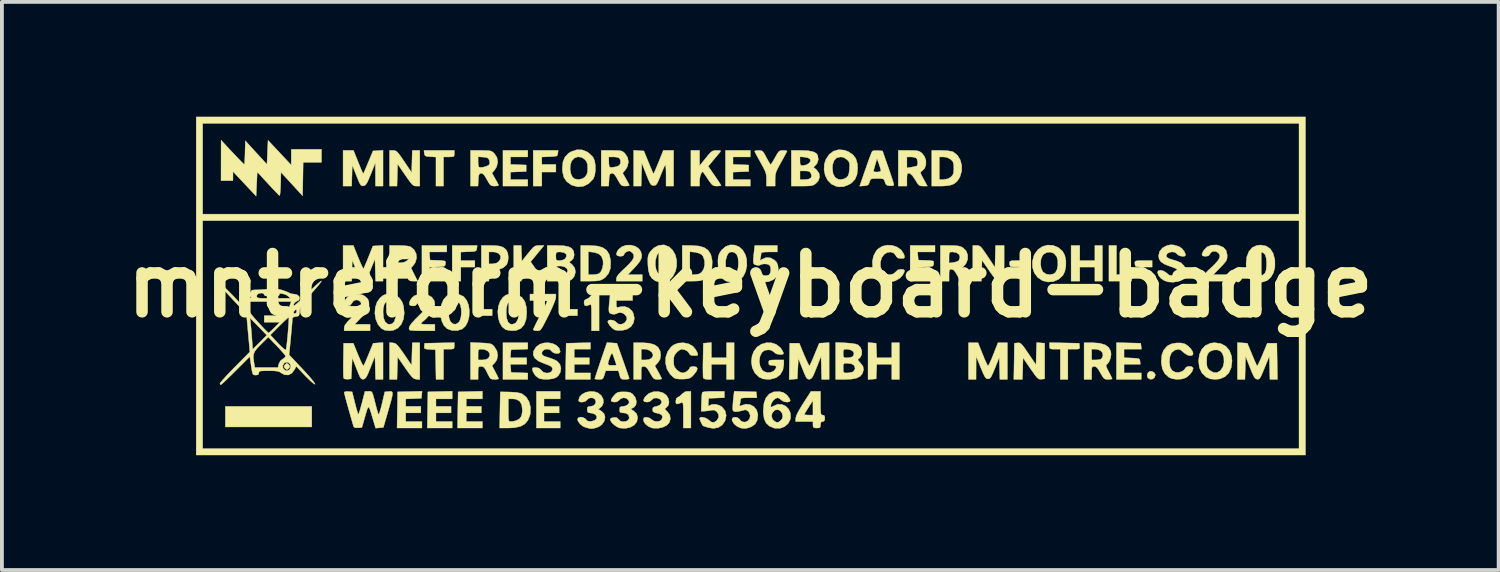
<source format=kicad_pcb>
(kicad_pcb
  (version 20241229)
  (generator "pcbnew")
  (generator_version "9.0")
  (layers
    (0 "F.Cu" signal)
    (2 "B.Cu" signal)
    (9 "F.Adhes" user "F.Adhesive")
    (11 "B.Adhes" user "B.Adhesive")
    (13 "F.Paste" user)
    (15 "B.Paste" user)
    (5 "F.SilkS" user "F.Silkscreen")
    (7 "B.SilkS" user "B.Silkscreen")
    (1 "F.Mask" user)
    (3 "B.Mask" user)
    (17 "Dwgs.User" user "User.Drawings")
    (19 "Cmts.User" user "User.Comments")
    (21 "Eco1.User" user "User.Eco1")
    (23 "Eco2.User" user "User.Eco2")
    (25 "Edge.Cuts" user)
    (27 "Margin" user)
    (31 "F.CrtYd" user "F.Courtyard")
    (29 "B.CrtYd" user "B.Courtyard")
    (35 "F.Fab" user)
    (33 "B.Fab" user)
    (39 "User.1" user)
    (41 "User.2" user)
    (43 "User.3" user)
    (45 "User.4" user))
  (footprint "mntreform-keyboard-badge"
    (layer "F.Cu")
    (at 16.554 4.408)
    (property "Reference" "mntreform-keyboard-badge" (at 0 0 0) (layer "F.SilkS") (effects (font (size 1.524 1.524) (thickness 0.3))))
    (attr through_hole)
    (fp_poly (pts (xy -11.458 3.697) (xy -13.716 3.697) (xy -13.716 3.161) (xy -11.458 3.161) (xy -11.458 3.697)) (stroke (width 0.01) (type solid)) (fill yes) (layer "F.SilkS"))
    (fp_poly (pts (xy -4.516 0.79) (xy -4.939 0.79) (xy -4.939 0.621) (xy -4.516 0.621) (xy -4.516 0.79)) (stroke (width 0.01) (type solid)) (fill yes) (layer "F.SilkS"))
    (fp_poly (pts (xy 9.567 -0.282) (xy 9.962 -0.282) (xy 9.962 -0.113) (xy 9.37 -0.113) (xy 9.37 -1.044) (xy 9.567 -1.044) (xy 9.567 -0.282)) (stroke (width 0.01) (type solid)) (fill yes) (layer "F.SilkS"))
    (fp_poly (pts (xy 10.554 2.279) (xy 10.583 2.331) (xy 10.583 2.338) (xy 10.561 2.407) (xy 10.508 2.447) (xy 10.442 2.45) (xy 10.387 2.414) (xy 10.367 2.352) (xy 10.386 2.286) (xy 10.431 2.246) (xy 10.495 2.246) (xy 10.554 2.279)) (stroke (width 0.01) (type solid)) (fill yes) (layer "F.SilkS"))
    (fp_poly (pts (xy -5.814 -3.358) (xy -6.265 -3.358) (xy -6.265 -3.163) (xy -5.856 -3.147) (xy -5.856 -2.977) (xy -6.265 -2.961) (xy -6.265 -2.766) (xy -5.814 -2.766) (xy -5.814 -2.596) (xy -6.463 -2.596) (xy -6.463 -3.528) (xy -5.814 -3.528) (xy -5.814 -3.358)) (stroke (width 0.01) (type solid)) (fill yes) (layer "F.SilkS"))
    (fp_poly (pts (xy -4.967 2.963) (xy -5.39 2.963) (xy -5.39 3.161) (xy -4.995 3.161) (xy -4.995 3.33) (xy -5.39 3.33) (xy -5.39 3.556) (xy -4.967 3.556) (xy -4.967 3.725) (xy -5.588 3.725) (xy -5.588 2.766) (xy -4.967 2.766) (xy -4.967 2.963)) (stroke (width 0.01) (type solid)) (fill yes) (layer "F.SilkS"))
    (fp_poly (pts (xy 0 -3.358) (xy -0.452 -3.358) (xy -0.452 -3.163) (xy -0.042 -3.147) (xy -0.042 -2.977) (xy -0.452 -2.961) (xy -0.452 -2.766) (xy 0 -2.766) (xy 0 -2.596) (xy -0.649 -2.596) (xy -0.649 -3.528) (xy 0 -3.528) (xy 0 -3.358)) (stroke (width 0.01) (type solid)) (fill yes) (layer "F.SilkS"))
    (fp_poly (pts (xy 8.608 -0.649) (xy 9.003 -0.649) (xy 9.003 -1.044) (xy 9.2 -1.044) (xy 9.2 -0.113) (xy 9.003 -0.113) (xy 9.003 -0.48) (xy 8.608 -0.48) (xy 8.608 -0.113) (xy 8.382 -0.113) (xy 8.382 -1.044) (xy 8.608 -1.044) (xy 8.608 -0.649)) (stroke (width 0.01) (type solid)) (fill yes) (layer "F.SilkS"))
    (fp_poly (pts (xy 12.813 -0.289) (xy 12.847 -0.235) (xy 12.836 -0.165) (xy 12.824 -0.145) (xy 12.778 -0.099) (xy 12.742 -0.085) (xy 12.698 -0.106) (xy 12.661 -0.145) (xy 12.636 -0.217) (xy 12.659 -0.277) (xy 12.72 -0.309) (xy 12.742 -0.31) (xy 12.813 -0.289)) (stroke (width 0.01) (type solid)) (fill yes) (layer "F.SilkS"))
    (fp_poly (pts (xy -12.082 2.046) (xy -12.06 2.067) (xy -12.03 2.11) (xy -12.044 2.15) (xy -12.05 2.158) (xy -12.089 2.194) (xy -12.107 2.201) (xy -12.141 2.182) (xy -12.165 2.158) (xy -12.186 2.116) (xy -12.162 2.075) (xy -12.154 2.067) (xy -12.115 2.035) (xy -12.082 2.046)) (stroke (width 0.01) (type solid)) (fill yes) (layer "F.SilkS"))
    (fp_poly (pts (xy -7.789 2.963) (xy -8.213 2.963) (xy -8.213 3.161) (xy -7.818 3.161) (xy -7.818 3.33) (xy -8.213 3.33) (xy -8.213 3.556) (xy -7.789 3.556) (xy -7.789 3.725) (xy -8.44 3.725) (xy -8.432 3.253) (xy -8.424 2.78) (xy -7.789 2.764) (xy -7.789 2.963)) (stroke (width 0.01) (type solid)) (fill yes) (layer "F.SilkS"))
    (fp_poly (pts (xy -6.999 2.963) (xy -7.422 2.963) (xy -7.422 3.161) (xy -7.027 3.161) (xy -7.027 3.33) (xy -7.422 3.33) (xy -7.422 3.556) (xy -6.999 3.556) (xy -6.999 3.725) (xy -7.65 3.725) (xy -7.642 3.253) (xy -7.634 2.78) (xy -6.999 2.764) (xy -6.999 2.963)) (stroke (width 0.01) (type solid)) (fill yes) (layer "F.SilkS"))
    (fp_poly (pts (xy -4.177 1.665) (xy -4.6 1.665) (xy -4.6 1.891) (xy -4.205 1.891) (xy -4.205 2.06) (xy -4.6 2.06) (xy -4.6 2.286) (xy -4.177 2.286) (xy -4.177 2.455) (xy -4.827 2.455) (xy -4.82 1.983) (xy -4.812 1.51) (xy -4.177 1.494) (xy -4.177 1.665)) (stroke (width 0.01) (type solid)) (fill yes) (layer "F.SilkS"))
    (fp_poly (pts (xy 3.288 1.51) (xy 3.305 1.891) (xy 3.697 1.891) (xy 3.697 1.496) (xy 3.895 1.496) (xy 3.895 2.455) (xy 3.697 2.455) (xy 3.697 2.06) (xy 3.305 2.06) (xy 3.288 2.441) (xy 3.182 2.45) (xy 3.076 2.459) (xy 3.076 1.492) (xy 3.288 1.51)) (stroke (width 0.01) (type solid)) (fill yes) (layer "F.SilkS"))
    (fp_poly (pts (xy -6.745 0.79) (xy -6.952 0.79) (xy -7.055 0.788) (xy -7.135 0.781) (xy -7.176 0.773) (xy -7.178 0.771) (xy -7.193 0.731) (xy -7.197 0.687) (xy -7.194 0.654) (xy -7.177 0.634) (xy -7.135 0.625) (xy -7.057 0.621) (xy -6.971 0.621) (xy -6.745 0.621) (xy -6.745 0.79)) (stroke (width 0.01) (type solid)) (fill yes) (layer "F.SilkS"))
    (fp_poly (pts (xy 10.499 -0.48) (xy 10.292 -0.48) (xy 10.188 -0.482) (xy 10.108 -0.489) (xy 10.067 -0.497) (xy 10.066 -0.499) (xy 10.051 -0.539) (xy 10.047 -0.583) (xy 10.05 -0.616) (xy 10.067 -0.636) (xy 10.109 -0.645) (xy 10.187 -0.649) (xy 10.273 -0.649) (xy 10.499 -0.649) (xy 10.499 -0.48)) (stroke (width 0.01) (type solid)) (fill yes) (layer "F.SilkS"))
    (fp_poly (pts (xy -8.585 2.857) (xy -8.594 2.949) (xy -9.003 2.966) (xy -9.003 3.161) (xy -8.608 3.161) (xy -8.608 3.33) (xy -9.003 3.33) (xy -9.003 3.556) (xy -8.58 3.556) (xy -8.58 3.725) (xy -9.23 3.725) (xy -9.222 3.253) (xy -9.215 2.78) (xy -8.895 2.772) (xy -8.576 2.764) (xy -8.585 2.857)) (stroke (width 0.01) (type solid)) (fill yes) (layer "F.SilkS"))
    (fp_poly (pts (xy -7.145 -0.967) (xy -7.153 -0.926) (xy -7.172 -0.903) (xy -7.215 -0.89) (xy -7.294 -0.884) (xy -7.359 -0.881) (xy -7.564 -0.872) (xy -7.564 -0.649) (xy -7.197 -0.649) (xy -7.197 -0.48) (xy -7.564 -0.48) (xy -7.564 -0.113) (xy -7.789 -0.113) (xy -7.789 -1.044) (xy -7.136 -1.044) (xy -7.145 -0.967)) (stroke (width 0.01) (type solid)) (fill yes) (layer "F.SilkS"))
    (fp_poly (pts (xy -5.029 -3.45) (xy -5.036 -3.41) (xy -5.055 -3.386) (xy -5.098 -3.374) (xy -5.178 -3.367) (xy -5.242 -3.364) (xy -5.447 -3.356) (xy -5.447 -3.161) (xy -5.08 -3.161) (xy -5.08 -2.963) (xy -5.447 -2.963) (xy -5.447 -2.596) (xy -5.673 -2.596) (xy -5.673 -3.528) (xy -5.02 -3.528) (xy -5.029 -3.45)) (stroke (width 0.01) (type solid)) (fill yes) (layer "F.SilkS"))
    (fp_poly (pts (xy -7.733 -3.443) (xy -7.736 -3.393) (xy -7.755 -3.368) (xy -7.804 -3.359) (xy -7.874 -3.358) (xy -8.015 -3.358) (xy -8.015 -2.596) (xy -8.213 -2.596) (xy -8.213 -3.355) (xy -8.361 -3.364) (xy -8.448 -3.371) (xy -8.493 -3.386) (xy -8.512 -3.416) (xy -8.518 -3.45) (xy -8.527 -3.528) (xy -7.733 -3.528) (xy -7.733 -3.443)) (stroke (width 0.01) (type solid)) (fill yes) (layer "F.SilkS"))
    (fp_poly (pts (xy -5.814 1.663) (xy -6.032 1.671) (xy -6.251 1.679) (xy -6.26 1.785) (xy -6.269 1.891) (xy -5.842 1.891) (xy -5.842 2.06) (xy -6.269 2.06) (xy -6.26 2.166) (xy -6.251 2.272) (xy -6.032 2.28) (xy -5.814 2.288) (xy -5.814 2.455) (xy -6.463 2.455) (xy -6.463 1.496) (xy -5.814 1.496) (xy -5.814 1.663)) (stroke (width 0.01) (type solid)) (fill yes) (layer "F.SilkS"))
    (fp_poly (pts (xy -7.733 1.58) (xy -7.736 1.63) (xy -7.755 1.655) (xy -7.804 1.664) (xy -7.874 1.665) (xy -8.015 1.665) (xy -8.015 2.455) (xy -8.211 2.455) (xy -8.227 1.679) (xy -8.377 1.671) (xy -8.463 1.664) (xy -8.507 1.651) (xy -8.52 1.625) (xy -8.518 1.586) (xy -8.509 1.51) (xy -8.121 1.502) (xy -7.733 1.494) (xy -7.733 1.58)) (stroke (width 0.01) (type solid)) (fill yes) (layer "F.SilkS"))
    (fp_poly (pts (xy 8.206 1.502) (xy 8.594 1.51) (xy 8.603 1.587) (xy 8.605 1.632) (xy 8.59 1.655) (xy 8.545 1.664) (xy 8.457 1.665) (xy 8.297 1.665) (xy 8.297 2.455) (xy 8.1 2.455) (xy 8.1 1.665) (xy 7.959 1.665) (xy 7.875 1.663) (xy 7.833 1.652) (xy 7.819 1.622) (xy 7.818 1.58) (xy 7.818 1.494) (xy 8.206 1.502)) (stroke (width 0.01) (type solid)) (fill yes) (layer "F.SilkS"))
    (fp_poly (pts (xy 10.202 1.51) (xy 10.22 1.665) (xy 9.765 1.665) (xy 9.765 1.888) (xy 9.97 1.897) (xy 10.075 1.902) (xy 10.137 1.911) (xy 10.168 1.928) (xy 10.18 1.958) (xy 10.183 1.983) (xy 10.192 2.06) (xy 9.765 2.06) (xy 9.765 2.286) (xy 10.216 2.286) (xy 10.216 2.455) (xy 9.567 2.455) (xy 9.567 1.494) (xy 10.202 1.51)) (stroke (width 0.01) (type solid)) (fill yes) (layer "F.SilkS"))
    (fp_poly (pts (xy 7.22 -0.572) (xy 7.212 -0.531) (xy 7.193 -0.507) (xy 7.149 -0.495) (xy 7.067 -0.488) (xy 7.012 -0.486) (xy 6.911 -0.484) (xy 6.833 -0.488) (xy 6.794 -0.497) (xy 6.793 -0.497) (xy 6.778 -0.539) (xy 6.773 -0.583) (xy 6.776 -0.616) (xy 6.793 -0.635) (xy 6.834 -0.645) (xy 6.912 -0.649) (xy 7.001 -0.649) (xy 7.229 -0.649) (xy 7.22 -0.572)) (stroke (width 0.01) (type solid)) (fill yes) (layer "F.SilkS"))
    (fp_poly (pts (xy 14.506 4.431) (xy -14.478 4.431) (xy -14.478 -1.693) (xy -14.309 -1.693) (xy -14.309 4.262) (xy 14.337 4.262) (xy 14.337 -1.693) (xy -14.309 -1.693) (xy -14.478 -1.693) (xy -14.478 -4.233) (xy -14.309 -4.233) (xy -14.309 -1.863) (xy 14.337 -1.863) (xy 14.337 -4.233) (xy -14.309 -4.233) (xy -14.478 -4.233) (xy -14.478 -4.403) (xy 14.506 -4.403) (xy 14.506 4.431)) (stroke (width 0.01) (type solid)) (fill yes) (layer "F.SilkS"))
    (fp_poly (pts (xy -1.552 3.725) (xy -1.75 3.725) (xy -1.75 3.384) (xy -1.75 3.24) (xy -1.753 3.145) (xy -1.759 3.088) (xy -1.77 3.062) (xy -1.787 3.058) (xy -1.799 3.062) (xy -1.883 3.093) (xy -1.927 3.096) (xy -1.945 3.069) (xy -1.947 3.025) (xy -1.933 2.953) (xy -1.892 2.921) (xy -1.834 2.887) (xy -1.782 2.835) (xy -1.705 2.777) (xy -1.64 2.766) (xy -1.552 2.766) (xy -1.552 3.725)) (stroke (width 0.01) (type solid)) (fill yes) (layer "F.SilkS"))
    (fp_poly (pts (xy -3.951 1.185) (xy -4.149 1.185) (xy -4.149 0.832) (xy -4.149 0.685) (xy -4.151 0.587) (xy -4.157 0.529) (xy -4.166 0.502) (xy -4.182 0.498) (xy -4.203 0.507) (xy -4.283 0.536) (xy -4.33 0.52) (xy -4.346 0.457) (xy -4.346 0.455) (xy -4.334 0.39) (xy -4.288 0.359) (xy -4.276 0.356) (xy -4.21 0.321) (xy -4.177 0.282) (xy -4.128 0.238) (xy -4.049 0.226) (xy -3.951 0.226) (xy -3.951 1.185)) (stroke (width 0.01) (type solid)) (fill yes) (layer "F.SilkS"))
    (fp_poly (pts (xy -1.016 1.891) (xy -0.621 1.891) (xy -0.621 1.496) (xy -0.423 1.496) (xy -0.423 2.455) (xy -0.621 2.455) (xy -0.621 2.06) (xy -1.016 2.06) (xy -1.016 2.455) (xy -1.116 2.455) (xy -1.186 2.446) (xy -1.227 2.423) (xy -1.229 2.419) (xy -1.234 2.379) (xy -1.236 2.294) (xy -1.238 2.173) (xy -1.237 2.028) (xy -1.235 1.946) (xy -1.228 1.51) (xy -1.122 1.501) (xy -1.016 1.492) (xy -1.016 1.891)) (stroke (width 0.01) (type solid)) (fill yes) (layer "F.SilkS"))
    (fp_poly (pts (xy -9.291 -3.525) (xy -9.255 -3.51) (xy -9.216 -3.476) (xy -9.166 -3.415) (xy -9.098 -3.32) (xy -9.043 -3.239) (xy -8.848 -2.949) (xy -8.832 -3.528) (xy -8.636 -3.528) (xy -8.636 -2.596) (xy -8.728 -2.597) (xy -8.769 -2.6) (xy -8.805 -2.616) (xy -8.846 -2.651) (xy -8.897 -2.714) (xy -8.967 -2.813) (xy -9.017 -2.884) (xy -9.215 -3.172) (xy -9.231 -2.596) (xy -9.426 -2.596) (xy -9.426 -3.528) (xy -9.333 -3.528) (xy -9.291 -3.525)) (stroke (width 0.01) (type solid)) (fill yes) (layer "F.SilkS"))
    (fp_poly (pts (xy 5.956 -1.042) (xy 5.992 -1.028) (xy 6.03 -0.997) (xy 6.077 -0.94) (xy 6.141 -0.848) (xy 6.202 -0.758) (xy 6.392 -0.471) (xy 6.408 -1.044) (xy 6.632 -1.044) (xy 6.632 -0.109) (xy 6.527 -0.118) (xy 6.479 -0.125) (xy 6.439 -0.143) (xy 6.397 -0.179) (xy 6.344 -0.243) (xy 6.273 -0.342) (xy 6.238 -0.393) (xy 6.054 -0.659) (xy 6.046 -0.386) (xy 6.038 -0.113) (xy 5.814 -0.113) (xy 5.814 -1.044) (xy 5.912 -1.044) (xy 5.956 -1.042)) (stroke (width 0.01) (type solid)) (fill yes) (layer "F.SilkS"))
    (fp_poly (pts (xy -9.335 1.501) (xy -9.293 1.51) (xy -9.253 1.532) (xy -9.209 1.575) (xy -9.151 1.648) (xy -9.073 1.758) (xy -9.045 1.799) (xy -8.848 2.088) (xy -8.84 1.792) (xy -8.832 1.496) (xy -8.636 1.496) (xy -8.636 2.459) (xy -8.727 2.45) (xy -8.769 2.441) (xy -8.809 2.419) (xy -8.855 2.374) (xy -8.913 2.3) (xy -8.993 2.189) (xy -9.016 2.155) (xy -9.215 1.869) (xy -9.223 2.162) (xy -9.231 2.455) (xy -9.426 2.455) (xy -9.426 1.492) (xy -9.335 1.501)) (stroke (width 0.01) (type solid)) (fill yes) (layer "F.SilkS"))
    (fp_poly (pts (xy 7.691 1.51) (xy 7.691 2.441) (xy 7.603 2.45) (xy 7.564 2.45) (xy 7.53 2.439) (xy 7.492 2.407) (xy 7.443 2.348) (xy 7.376 2.254) (xy 7.321 2.175) (xy 7.126 1.892) (xy 7.11 2.455) (xy 6.885 2.455) (xy 6.893 1.983) (xy 6.9 1.51) (xy 6.986 1.501) (xy 7.024 1.501) (xy 7.058 1.513) (xy 7.095 1.545) (xy 7.144 1.604) (xy 7.21 1.699) (xy 7.268 1.784) (xy 7.465 2.074) (xy 7.473 1.783) (xy 7.481 1.492) (xy 7.691 1.51)) (stroke (width 0.01) (type solid)) (fill yes) (layer "F.SilkS"))
    (fp_poly (pts (xy -7.93 -0.875) (xy -8.385 -0.875) (xy -8.377 -0.769) (xy -8.368 -0.663) (xy -8.162 -0.655) (xy -8.056 -0.65) (xy -7.995 -0.642) (xy -7.967 -0.627) (xy -7.961 -0.599) (xy -7.964 -0.57) (xy -7.971 -0.531) (xy -7.991 -0.507) (xy -8.034 -0.495) (xy -8.115 -0.488) (xy -8.177 -0.486) (xy -8.382 -0.477) (xy -8.382 -0.285) (xy -8.163 -0.276) (xy -8.053 -0.271) (xy -7.988 -0.264) (xy -7.954 -0.248) (xy -7.94 -0.221) (xy -7.936 -0.191) (xy -7.927 -0.113) (xy -8.58 -0.113) (xy -8.58 -1.044) (xy -7.93 -1.044) (xy -7.93 -0.875)) (stroke (width 0.01) (type solid)) (fill yes) (layer "F.SilkS"))
    (fp_poly (pts (xy 4.826 -0.875) (xy 4.371 -0.875) (xy 4.38 -0.769) (xy 4.389 -0.663) (xy 4.595 -0.655) (xy 4.701 -0.65) (xy 4.762 -0.642) (xy 4.789 -0.627) (xy 4.795 -0.599) (xy 4.792 -0.57) (xy 4.785 -0.531) (xy 4.766 -0.507) (xy 4.722 -0.495) (xy 4.642 -0.488) (xy 4.579 -0.486) (xy 4.374 -0.477) (xy 4.374 -0.285) (xy 4.593 -0.276) (xy 4.703 -0.271) (xy 4.769 -0.264) (xy 4.802 -0.248) (xy 4.816 -0.221) (xy 4.821 -0.191) (xy 4.83 -0.113) (xy 4.177 -0.113) (xy 4.177 -1.044) (xy 4.826 -1.044) (xy 4.826 -0.875)) (stroke (width 0.01) (type solid)) (fill yes) (layer "F.SilkS"))
    (fp_poly (pts (xy -5.969 -0.635) (xy -5.804 -0.84) (xy -5.725 -0.936) (xy -5.669 -0.996) (xy -5.624 -1.028) (xy -5.578 -1.042) (xy -5.52 -1.044) (xy -5.514 -1.044) (xy -5.39 -1.044) (xy -5.739 -0.619) (xy -5.564 -0.366) (xy -5.388 -0.113) (xy -5.513 -0.113) (xy -5.577 -0.115) (xy -5.623 -0.128) (xy -5.663 -0.161) (xy -5.71 -0.225) (xy -5.758 -0.297) (xy -5.819 -0.389) (xy -5.859 -0.44) (xy -5.887 -0.458) (xy -5.912 -0.449) (xy -5.931 -0.434) (xy -5.968 -0.375) (xy -5.983 -0.279) (xy -5.983 -0.25) (xy -5.983 -0.113) (xy -6.181 -0.113) (xy -6.181 -1.044) (xy -5.986 -1.044) (xy -5.969 -0.635)) (stroke (width 0.01) (type solid)) (fill yes) (layer "F.SilkS"))
    (fp_poly (pts (xy -6.635 -1.04) (xy -6.528 -1.024) (xy -6.45 -0.992) (xy -6.39 -0.942) (xy -6.372 -0.921) (xy -6.336 -0.841) (xy -6.323 -0.734) (xy -6.334 -0.625) (xy -6.368 -0.54) (xy -6.368 -0.54) (xy -6.45 -0.466) (xy -6.568 -0.416) (xy -6.706 -0.395) (xy -6.716 -0.395) (xy -6.83 -0.395) (xy -6.83 -0.113) (xy -7.027 -0.113) (xy -7.027 -0.875) (xy -6.83 -0.875) (xy -6.83 -0.564) (xy -6.731 -0.564) (xy -6.63 -0.585) (xy -6.576 -0.621) (xy -6.525 -0.699) (xy -6.526 -0.773) (xy -6.571 -0.833) (xy -6.656 -0.869) (xy -6.719 -0.875) (xy -6.83 -0.875) (xy -7.027 -0.875) (xy -7.027 -1.044) (xy -6.786 -1.044) (xy -6.635 -1.04)) (stroke (width 0.01) (type solid)) (fill yes) (layer "F.SilkS"))
    (fp_poly (pts (xy 6.068 1.792) (xy 6.117 1.912) (xy 6.161 2.011) (xy 6.193 2.078) (xy 6.208 2.102) (xy 6.226 2.083) (xy 6.259 2.02) (xy 6.302 1.924) (xy 6.35 1.805) (xy 6.472 1.496) (xy 6.717 1.496) (xy 6.717 2.455) (xy 6.521 2.455) (xy 6.513 2.169) (xy 6.505 1.882) (xy 6.392 2.162) (xy 6.34 2.287) (xy 6.302 2.369) (xy 6.271 2.415) (xy 6.241 2.437) (xy 6.21 2.441) (xy 6.178 2.436) (xy 6.149 2.414) (xy 6.118 2.366) (xy 6.079 2.285) (xy 6.027 2.16) (xy 6.021 2.145) (xy 5.901 1.849) (xy 5.898 2.455) (xy 5.701 2.455) (xy 5.701 1.496) (xy 5.949 1.496) (xy 6.068 1.792)) (stroke (width 0.01) (type solid)) (fill yes) (layer "F.SilkS"))
    (fp_poly (pts (xy -9.596 -2.596) (xy -9.793 -2.596) (xy -9.796 -3.203) (xy -9.916 -2.907) (xy -9.97 -2.777) (xy -10.01 -2.69) (xy -10.043 -2.638) (xy -10.074 -2.612) (xy -10.108 -2.602) (xy -10.109 -2.602) (xy -10.143 -2.602) (xy -10.171 -2.616) (xy -10.199 -2.655) (xy -10.233 -2.726) (xy -10.279 -2.839) (xy -10.291 -2.869) (xy -10.4 -3.145) (xy -10.408 -2.871) (xy -10.416 -2.596) (xy -10.64 -2.596) (xy -10.64 -3.528) (xy -10.368 -3.528) (xy -10.244 -3.219) (xy -10.195 -3.099) (xy -10.154 -3.002) (xy -10.125 -2.939) (xy -10.112 -2.917) (xy -10.099 -2.945) (xy -10.068 -3.014) (xy -10.026 -3.114) (xy -9.981 -3.219) (xy -9.858 -3.514) (xy -9.596 -3.531) (xy -9.596 -2.596)) (stroke (width 0.01) (type solid)) (fill yes) (layer "F.SilkS"))
    (fp_poly (pts (xy -5.08 0.311) (xy -5.093 0.368) (xy -5.128 0.465) (xy -5.183 0.592) (xy -5.252 0.74) (xy -5.278 0.791) (xy -5.353 0.939) (xy -5.408 1.045) (xy -5.449 1.115) (xy -5.481 1.157) (xy -5.51 1.178) (xy -5.542 1.185) (xy -5.574 1.185) (xy -5.639 1.178) (xy -5.672 1.161) (xy -5.673 1.158) (xy -5.66 1.124) (xy -5.626 1.05) (xy -5.574 0.946) (xy -5.511 0.822) (xy -5.489 0.781) (xy -5.423 0.654) (xy -5.367 0.545) (xy -5.327 0.463) (xy -5.307 0.419) (xy -5.306 0.414) (xy -5.332 0.405) (xy -5.401 0.399) (xy -5.5 0.395) (xy -5.532 0.395) (xy -5.757 0.395) (xy -5.757 0.226) (xy -5.08 0.226) (xy -5.08 0.311)) (stroke (width 0.01) (type solid)) (fill yes) (layer "F.SilkS"))
    (fp_poly (pts (xy -1.545 -1.044) (xy -1.352 -1.031) (xy -1.205 -0.99) (xy -1.1 -0.917) (xy -1.032 -0.809) (xy -0.999 -0.663) (xy -0.995 -0.614) (xy -1.003 -0.445) (xy -1.05 -0.313) (xy -1.14 -0.208) (xy -1.182 -0.177) (xy -1.239 -0.145) (xy -1.301 -0.125) (xy -1.385 -0.116) (xy -1.506 -0.113) (xy -1.528 -0.113) (xy -1.778 -0.113) (xy -1.778 -0.282) (xy -1.58 -0.282) (xy -1.459 -0.282) (xy -1.342 -0.3) (xy -1.277 -0.339) (xy -1.219 -0.426) (xy -1.192 -0.539) (xy -1.197 -0.656) (xy -1.234 -0.759) (xy -1.27 -0.805) (xy -1.331 -0.838) (xy -1.42 -0.863) (xy -1.452 -0.868) (xy -1.58 -0.882) (xy -1.58 -0.282) (xy -1.778 -0.282) (xy -1.778 -1.044) (xy -1.545 -1.044)) (stroke (width 0.01) (type solid)) (fill yes) (layer "F.SilkS"))
    (fp_poly (pts (xy 2.06 2.455) (xy 1.865 2.455) (xy 1.857 2.153) (xy 1.849 1.85) (xy 1.732 2.145) (xy 1.679 2.276) (xy 1.64 2.363) (xy 1.608 2.415) (xy 1.577 2.441) (xy 1.545 2.45) (xy 1.512 2.45) (xy 1.484 2.434) (xy 1.456 2.394) (xy 1.421 2.321) (xy 1.374 2.205) (xy 1.365 2.182) (xy 1.256 1.906) (xy 1.242 2.174) (xy 1.228 2.441) (xy 1.121 2.45) (xy 1.015 2.459) (xy 1.03 1.51) (xy 1.28 1.51) (xy 1.406 1.814) (xy 1.457 1.931) (xy 1.5 2.025) (xy 1.532 2.085) (xy 1.548 2.102) (xy 1.564 2.071) (xy 1.597 1.999) (xy 1.641 1.898) (xy 1.682 1.798) (xy 1.801 1.51) (xy 2.06 1.493) (xy 2.06 2.455)) (stroke (width 0.01) (type solid)) (fill yes) (layer "F.SilkS"))
    (fp_poly (pts (xy 12.858 1.501) (xy 12.987 1.51) (xy 13.106 1.798) (xy 13.155 1.916) (xy 13.198 2.013) (xy 13.228 2.079) (xy 13.24 2.102) (xy 13.257 2.084) (xy 13.289 2.023) (xy 13.333 1.929) (xy 13.382 1.814) (xy 13.508 1.51) (xy 13.758 1.51) (xy 13.766 1.983) (xy 13.774 2.455) (xy 13.577 2.455) (xy 13.569 2.152) (xy 13.561 1.849) (xy 13.437 2.153) (xy 13.383 2.284) (xy 13.344 2.371) (xy 13.314 2.422) (xy 13.287 2.446) (xy 13.258 2.451) (xy 13.243 2.45) (xy 13.209 2.44) (xy 13.179 2.412) (xy 13.147 2.359) (xy 13.106 2.269) (xy 13.056 2.145) (xy 12.94 1.85) (xy 12.924 2.455) (xy 12.728 2.455) (xy 12.728 1.493) (xy 12.858 1.501)) (stroke (width 0.01) (type solid)) (fill yes) (layer "F.SilkS"))
    (fp_poly (pts (xy -9.596 -0.113) (xy -9.791 -0.113) (xy -9.799 -0.402) (xy -9.807 -0.691) (xy -9.922 -0.409) (xy -9.975 -0.282) (xy -10.014 -0.199) (xy -10.047 -0.15) (xy -10.078 -0.126) (xy -10.109 -0.118) (xy -10.143 -0.118) (xy -10.171 -0.133) (xy -10.199 -0.171) (xy -10.233 -0.243) (xy -10.279 -0.356) (xy -10.291 -0.386) (xy -10.4 -0.662) (xy -10.408 -0.387) (xy -10.416 -0.113) (xy -10.64 -0.113) (xy -10.64 -1.044) (xy -10.371 -1.044) (xy -10.246 -0.734) (xy -10.197 -0.615) (xy -10.154 -0.52) (xy -10.122 -0.458) (xy -10.106 -0.439) (xy -10.106 -0.439) (xy -10.09 -0.47) (xy -10.058 -0.543) (xy -10.016 -0.644) (xy -9.976 -0.742) (xy -9.861 -1.03) (xy -9.728 -1.039) (xy -9.596 -1.047) (xy -9.596 -0.113)) (stroke (width 0.01) (type solid)) (fill yes) (layer "F.SilkS"))
    (fp_poly (pts (xy -4.198 -1.044) (xy -4.005 -1.031) (xy -3.857 -0.99) (xy -3.752 -0.917) (xy -3.685 -0.809) (xy -3.652 -0.663) (xy -3.648 -0.614) (xy -3.656 -0.445) (xy -3.703 -0.313) (xy -3.793 -0.208) (xy -3.835 -0.177) (xy -3.892 -0.145) (xy -3.954 -0.125) (xy -4.038 -0.116) (xy -4.159 -0.113) (xy -4.181 -0.113) (xy -4.431 -0.113) (xy -4.431 -0.282) (xy -4.233 -0.282) (xy -4.119 -0.282) (xy -4.031 -0.289) (xy -3.96 -0.306) (xy -3.95 -0.311) (xy -3.901 -0.364) (xy -3.864 -0.453) (xy -3.845 -0.558) (xy -3.849 -0.657) (xy -3.89 -0.763) (xy -3.969 -0.831) (xy -4.09 -0.866) (xy -4.105 -0.868) (xy -4.233 -0.882) (xy -4.233 -0.282) (xy -4.431 -0.282) (xy -4.431 -1.044) (xy -4.198 -1.044)) (stroke (width 0.01) (type solid)) (fill yes) (layer "F.SilkS"))
    (fp_poly (pts (xy 5.148 -3.521) (xy 5.265 -3.501) (xy 5.305 -3.486) (xy 5.411 -3.401) (xy 5.485 -3.281) (xy 5.523 -3.139) (xy 5.522 -2.988) (xy 5.479 -2.841) (xy 5.47 -2.822) (xy 5.405 -2.723) (xy 5.324 -2.656) (xy 5.216 -2.616) (xy 5.07 -2.599) (xy 4.974 -2.596) (xy 4.741 -2.596) (xy 4.741 -3.358) (xy 4.939 -3.358) (xy 4.939 -2.766) (xy 5.05 -2.766) (xy 5.169 -2.788) (xy 5.24 -2.833) (xy 5.285 -2.88) (xy 5.309 -2.932) (xy 5.317 -3.01) (xy 5.318 -3.062) (xy 5.314 -3.16) (xy 5.299 -3.222) (xy 5.265 -3.268) (xy 5.24 -3.291) (xy 5.137 -3.347) (xy 5.05 -3.358) (xy 4.939 -3.358) (xy 4.741 -3.358) (xy 4.741 -3.528) (xy 4.983 -3.528) (xy 5.148 -3.521)) (stroke (width 0.01) (type solid)) (fill yes) (layer "F.SilkS"))
    (fp_poly (pts (xy -3.005 -1.023) (xy -2.912 -0.96) (xy -2.861 -0.885) (xy -2.837 -0.799) (xy -2.844 -0.717) (xy -2.887 -0.628) (xy -2.969 -0.524) (xy -3.029 -0.459) (xy -3.198 -0.282) (xy -2.822 -0.282) (xy -2.822 -0.113) (xy -3.5 -0.113) (xy -3.5 -0.182) (xy -3.484 -0.231) (xy -3.435 -0.297) (xy -3.348 -0.387) (xy -3.289 -0.441) (xy -3.163 -0.563) (xy -3.082 -0.659) (xy -3.044 -0.736) (xy -3.045 -0.799) (xy -3.077 -0.848) (xy -3.128 -0.889) (xy -3.163 -0.903) (xy -3.225 -0.886) (xy -3.279 -0.847) (xy -3.302 -0.803) (xy -3.325 -0.772) (xy -3.397 -0.762) (xy -3.401 -0.762) (xy -3.475 -0.776) (xy -3.501 -0.819) (xy -3.478 -0.888) (xy -3.442 -0.941) (xy -3.353 -1.014) (xy -3.24 -1.052) (xy -3.119 -1.054) (xy -3.005 -1.023)) (stroke (width 0.01) (type solid)) (fill yes) (layer "F.SilkS"))
    (fp_poly (pts (xy -6.291 2.784) (xy -6.119 2.794) (xy -5.998 2.818) (xy -5.958 2.835) (xy -5.852 2.92) (xy -5.779 3.041) (xy -5.742 3.186) (xy -5.747 3.343) (xy -5.758 3.391) (xy -5.811 3.524) (xy -5.893 3.621) (xy -6.009 3.684) (xy -6.166 3.718) (xy -6.322 3.725) (xy -6.549 3.725) (xy -6.541 3.253) (xy -6.536 2.963) (xy -6.322 2.963) (xy -6.322 3.26) (xy -6.321 3.392) (xy -6.319 3.477) (xy -6.311 3.526) (xy -6.296 3.549) (xy -6.273 3.556) (xy -6.253 3.556) (xy -6.174 3.546) (xy -6.107 3.527) (xy -6.025 3.48) (xy -5.977 3.409) (xy -5.957 3.302) (xy -5.956 3.251) (xy -5.973 3.116) (xy -6.027 3.024) (xy -6.118 2.974) (xy -6.208 2.963) (xy -6.322 2.963) (xy -6.536 2.963) (xy -6.533 2.78) (xy -6.291 2.784)) (stroke (width 0.01) (type solid)) (fill yes) (layer "F.SilkS"))
    (fp_poly (pts (xy -2.781 -3.514) (xy -2.66 -3.219) (xy -2.611 -3.101) (xy -2.57 -3.004) (xy -2.541 -2.938) (xy -2.53 -2.916) (xy -2.517 -2.937) (xy -2.488 -3.001) (xy -2.447 -3.098) (xy -2.398 -3.217) (xy -2.397 -3.218) (xy -2.273 -3.528) (xy -2.004 -3.528) (xy -2.004 -2.596) (xy -2.201 -2.596) (xy -2.201 -2.883) (xy -2.203 -3) (xy -2.208 -3.09) (xy -2.216 -3.142) (xy -2.222 -3.15) (xy -2.241 -3.116) (xy -2.275 -3.042) (xy -2.317 -2.94) (xy -2.346 -2.87) (xy -2.395 -2.75) (xy -2.43 -2.675) (xy -2.46 -2.632) (xy -2.49 -2.614) (xy -2.526 -2.611) (xy -2.561 -2.614) (xy -2.59 -2.631) (xy -2.619 -2.671) (xy -2.653 -2.742) (xy -2.699 -2.853) (xy -2.72 -2.906) (xy -2.836 -3.202) (xy -2.844 -2.899) (xy -2.852 -2.596) (xy -3.048 -2.596) (xy -3.048 -3.531) (xy -2.781 -3.514)) (stroke (width 0.01) (type solid)) (fill yes) (layer "F.SilkS"))
    (fp_poly (pts (xy -9.596 2.455) (xy -9.791 2.455) (xy -9.799 2.153) (xy -9.807 1.85) (xy -9.924 2.145) (xy -9.977 2.277) (xy -10.016 2.363) (xy -10.049 2.415) (xy -10.079 2.441) (xy -10.109 2.45) (xy -10.142 2.449) (xy -10.169 2.433) (xy -10.197 2.393) (xy -10.231 2.319) (xy -10.278 2.202) (xy -10.289 2.174) (xy -10.4 1.889) (xy -10.414 2.165) (xy -10.428 2.441) (xy -10.52 2.45) (xy -10.595 2.445) (xy -10.627 2.421) (xy -10.631 2.38) (xy -10.634 2.294) (xy -10.635 2.173) (xy -10.635 2.028) (xy -10.633 1.946) (xy -10.626 1.51) (xy -10.372 1.51) (xy -10.248 1.814) (xy -10.198 1.931) (xy -10.155 2.025) (xy -10.123 2.084) (xy -10.107 2.101) (xy -10.09 2.069) (xy -10.056 1.997) (xy -10.012 1.895) (xy -9.972 1.797) (xy -9.854 1.51) (xy -9.725 1.501) (xy -9.596 1.493) (xy -9.596 2.455)) (stroke (width 0.01) (type solid)) (fill yes) (layer "F.SilkS"))
    (fp_poly (pts (xy -13.71 -3.669) (xy -13.599 -3.549) (xy -13.49 -3.434) (xy -13.391 -3.33) (xy -13.309 -3.245) (xy -13.25 -3.187) (xy -13.222 -3.161) (xy -13.22 -3.161) (xy -13.215 -3.187) (xy -13.21 -3.259) (xy -13.205 -3.364) (xy -13.202 -3.47) (xy -13.194 -3.78) (xy -12.912 -3.471) (xy -12.629 -3.163) (xy -12.601 -3.792) (xy -11.995 -3.147) (xy -11.994 -3.556) (xy -11.204 -3.556) (xy -11.204 -3.217) (xy -11.683 -3.217) (xy -11.69 -2.78) (xy -11.698 -2.342) (xy -12.263 -2.958) (xy -12.271 -2.648) (xy -12.276 -2.525) (xy -12.283 -2.426) (xy -12.292 -2.364) (xy -12.301 -2.347) (xy -12.327 -2.37) (xy -12.383 -2.428) (xy -12.463 -2.511) (xy -12.559 -2.614) (xy -12.603 -2.662) (xy -12.883 -2.967) (xy -12.912 -2.334) (xy -13.214 -2.655) (xy -13.517 -2.977) (xy -13.517 -2.857) (xy -13.518 -2.738) (xy -13.829 -2.738) (xy -13.828 -3.267) (xy -13.827 -3.796) (xy -13.71 -3.669)) (stroke (width 0.01) (type solid)) (fill yes) (layer "F.SilkS"))
    (fp_poly (pts (xy -1.326 -3.126) (xy -1.164 -3.327) (xy -1.086 -3.422) (xy -1.031 -3.481) (xy -0.986 -3.512) (xy -0.939 -3.525) (xy -0.879 -3.528) (xy -0.878 -3.528) (xy -0.803 -3.526) (xy -0.774 -3.516) (xy -0.783 -3.493) (xy -0.795 -3.478) (xy -0.833 -3.432) (xy -0.895 -3.359) (xy -0.966 -3.273) (xy -0.968 -3.271) (xy -1.1 -3.113) (xy -0.931 -2.869) (xy -0.861 -2.767) (xy -0.806 -2.683) (xy -0.771 -2.628) (xy -0.762 -2.611) (xy -0.787 -2.602) (xy -0.85 -2.597) (xy -0.874 -2.596) (xy -0.933 -2.6) (xy -0.977 -2.616) (xy -1.02 -2.655) (xy -1.073 -2.727) (xy -1.104 -2.773) (xy -1.162 -2.86) (xy -1.208 -2.927) (xy -1.233 -2.962) (xy -1.234 -2.963) (xy -1.259 -2.963) (xy -1.286 -2.922) (xy -1.31 -2.853) (xy -1.324 -2.772) (xy -1.326 -2.732) (xy -1.326 -2.596) (xy -1.552 -2.596) (xy -1.552 -3.528) (xy -1.326 -3.528) (xy -1.326 -3.126)) (stroke (width 0.01) (type solid)) (fill yes) (layer "F.SilkS"))
    (fp_poly (pts (xy -10.187 0.232) (xy -10.113 0.255) (xy -10.049 0.299) (xy -9.992 0.358) (xy -9.967 0.423) (xy -9.962 0.496) (xy -9.966 0.557) (xy -9.98 0.609) (xy -10.013 0.664) (xy -10.072 0.735) (xy -10.149 0.818) (xy -10.336 1.016) (xy -9.934 1.016) (xy -9.934 1.185) (xy -10.612 1.185) (xy -10.612 1.106) (xy -10.603 1.06) (xy -10.571 1.006) (xy -10.511 0.935) (xy -10.415 0.839) (xy -10.386 0.811) (xy -10.283 0.711) (xy -10.216 0.637) (xy -10.178 0.582) (xy -10.162 0.535) (xy -10.16 0.509) (xy -10.181 0.433) (xy -10.234 0.388) (xy -10.302 0.378) (xy -10.368 0.404) (xy -10.415 0.47) (xy -10.453 0.521) (xy -10.522 0.536) (xy -10.526 0.536) (xy -10.587 0.529) (xy -10.609 0.497) (xy -10.612 0.463) (xy -10.59 0.391) (xy -10.534 0.313) (xy -10.529 0.308) (xy -10.471 0.259) (xy -10.411 0.234) (xy -10.325 0.226) (xy -10.291 0.226) (xy -10.187 0.232)) (stroke (width 0.01) (type solid)) (fill yes) (layer "F.SilkS"))
    (fp_poly (pts (xy -9.285 0.25) (xy -9.173 0.321) (xy -9.094 0.436) (xy -9.061 0.539) (xy -9.042 0.72) (xy -9.062 0.881) (xy -9.118 1.014) (xy -9.207 1.113) (xy -9.324 1.172) (xy -9.426 1.185) (xy -9.551 1.17) (xy -9.635 1.126) (xy -9.728 1.02) (xy -9.786 0.882) (xy -9.81 0.729) (xy -9.808 0.7) (xy -9.595 0.7) (xy -9.582 0.847) (xy -9.542 0.95) (xy -9.478 1.006) (xy -9.426 1.016) (xy -9.356 1.001) (xy -9.307 0.947) (xy -9.3 0.933) (xy -9.268 0.829) (xy -9.259 0.699) (xy -9.271 0.57) (xy -9.301 0.477) (xy -9.341 0.418) (xy -9.393 0.399) (xy -9.434 0.4) (xy -9.514 0.428) (xy -9.565 0.495) (xy -9.591 0.607) (xy -9.595 0.7) (xy -9.808 0.7) (xy -9.798 0.574) (xy -9.751 0.432) (xy -9.667 0.318) (xy -9.667 0.318) (xy -9.594 0.259) (xy -9.524 0.232) (xy -9.428 0.226) (xy -9.428 0.226) (xy -9.285 0.25)) (stroke (width 0.01) (type solid)) (fill yes) (layer "F.SilkS"))
    (fp_poly (pts (xy 12.244 -1.045) (xy 12.361 -0.995) (xy 12.432 -0.915) (xy 12.459 -0.801) (xy 12.46 -0.774) (xy 12.457 -0.712) (xy 12.442 -0.661) (xy 12.408 -0.607) (xy 12.347 -0.538) (xy 12.277 -0.466) (xy 12.095 -0.282) (xy 12.474 -0.282) (xy 12.474 -0.113) (xy 12.136 -0.113) (xy 11.993 -0.113) (xy 11.897 -0.116) (xy 11.839 -0.122) (xy 11.809 -0.133) (xy 11.798 -0.152) (xy 11.797 -0.178) (xy 11.815 -0.228) (xy 11.871 -0.3) (xy 11.97 -0.399) (xy 12.023 -0.448) (xy 12.146 -0.566) (xy 12.225 -0.658) (xy 12.264 -0.731) (xy 12.266 -0.792) (xy 12.233 -0.846) (xy 12.226 -0.853) (xy 12.157 -0.892) (xy 12.083 -0.89) (xy 12.025 -0.851) (xy 12.009 -0.818) (xy 11.978 -0.777) (xy 11.911 -0.762) (xy 11.894 -0.762) (xy 11.826 -0.77) (xy 11.8 -0.8) (xy 11.816 -0.858) (xy 11.852 -0.923) (xy 11.934 -1.006) (xy 12.048 -1.052) (xy 12.181 -1.058) (xy 12.244 -1.045)) (stroke (width 0.01) (type solid)) (fill yes) (layer "F.SilkS"))
    (fp_poly (pts (xy -9.066 -1.041) (xy -8.963 -1.031) (xy -8.893 -1.017) (xy -8.881 -1.013) (xy -8.786 -0.936) (xy -8.731 -0.831) (xy -8.72 -0.713) (xy -8.754 -0.597) (xy -8.792 -0.54) (xy -8.864 -0.455) (xy -8.692 -0.113) (xy -8.805 -0.113) (xy -8.869 -0.116) (xy -8.912 -0.133) (xy -8.947 -0.175) (xy -8.989 -0.256) (xy -8.995 -0.268) (xy -9.042 -0.356) (xy -9.08 -0.403) (xy -9.121 -0.421) (xy -9.15 -0.423) (xy -9.195 -0.42) (xy -9.218 -0.402) (xy -9.227 -0.354) (xy -9.229 -0.268) (xy -9.229 -0.113) (xy -9.426 -0.113) (xy -9.426 -0.875) (xy -9.229 -0.875) (xy -9.229 -0.734) (xy -9.227 -0.65) (xy -9.216 -0.609) (xy -9.185 -0.594) (xy -9.136 -0.593) (xy -9.05 -0.606) (xy -8.981 -0.637) (xy -8.926 -0.698) (xy -8.921 -0.764) (xy -8.957 -0.822) (xy -9.031 -0.862) (xy -9.118 -0.875) (xy -9.229 -0.875) (xy -9.426 -0.875) (xy -9.426 -1.044) (xy -9.184 -1.044) (xy -9.066 -1.041)) (stroke (width 0.01) (type solid)) (fill yes) (layer "F.SilkS"))
    (fp_poly (pts (xy -6.078 0.247) (xy -5.967 0.312) (xy -5.891 0.42) (xy -5.85 0.572) (xy -5.842 0.706) (xy -5.859 0.888) (xy -5.911 1.028) (xy -5.996 1.124) (xy -6.114 1.175) (xy -6.206 1.183) (xy -6.3 1.176) (xy -6.381 1.158) (xy -6.4 1.151) (xy -6.487 1.079) (xy -6.55 0.97) (xy -6.587 0.835) (xy -6.596 0.706) (xy -6.378 0.706) (xy -6.366 0.857) (xy -6.33 0.958) (xy -6.27 1.009) (xy -6.226 1.016) (xy -6.155 0.996) (xy -6.118 0.967) (xy -6.069 0.875) (xy -6.046 0.749) (xy -6.052 0.606) (xy -6.053 0.605) (xy -6.086 0.486) (xy -6.143 0.417) (xy -6.223 0.395) (xy -6.298 0.419) (xy -6.348 0.49) (xy -6.374 0.61) (xy -6.378 0.706) (xy -6.596 0.706) (xy -6.598 0.689) (xy -6.581 0.543) (xy -6.535 0.412) (xy -6.461 0.308) (xy -6.457 0.305) (xy -6.393 0.256) (xy -6.325 0.232) (xy -6.227 0.226) (xy -6.224 0.226) (xy -6.078 0.247)) (stroke (width 0.01) (type solid)) (fill yes) (layer "F.SilkS"))
    (fp_poly (pts (xy 1.834 3.076) (xy 1.835 3.212) (xy 1.838 3.301) (xy 1.846 3.354) (xy 1.859 3.379) (xy 1.88 3.386) (xy 1.891 3.387) (xy 1.932 3.4) (xy 1.947 3.449) (xy 1.947 3.471) (xy 1.938 3.533) (xy 1.905 3.555) (xy 1.891 3.556) (xy 1.85 3.569) (xy 1.835 3.619) (xy 1.834 3.641) (xy 1.829 3.698) (xy 1.801 3.721) (xy 1.736 3.725) (xy 1.669 3.721) (xy 1.642 3.697) (xy 1.637 3.641) (xy 1.637 3.556) (xy 1.185 3.556) (xy 1.185 3.472) (xy 1.204 3.401) (xy 1.218 3.371) (xy 1.411 3.371) (xy 1.436 3.381) (xy 1.499 3.386) (xy 1.524 3.387) (xy 1.637 3.387) (xy 1.636 3.196) (xy 1.636 3.006) (xy 1.523 3.181) (xy 1.469 3.268) (xy 1.429 3.335) (xy 1.411 3.37) (xy 1.411 3.371) (xy 1.218 3.371) (xy 1.259 3.287) (xy 1.351 3.132) (xy 1.386 3.077) (xy 1.586 2.766) (xy 1.834 2.766) (xy 1.834 3.076)) (stroke (width 0.01) (type solid)) (fill yes) (layer "F.SilkS"))
    (fp_poly (pts (xy 2.46 -3.534) (xy 2.56 -3.496) (xy 2.681 -3.416) (xy 2.758 -3.314) (xy 2.797 -3.18) (xy 2.805 -3.062) (xy 2.788 -2.898) (xy 2.736 -2.773) (xy 2.644 -2.677) (xy 2.569 -2.632) (xy 2.439 -2.582) (xy 2.317 -2.575) (xy 2.244 -2.589) (xy 2.121 -2.647) (xy 2.024 -2.745) (xy 1.958 -2.873) (xy 1.927 -3.019) (xy 1.929 -3.062) (xy 2.145 -3.062) (xy 2.162 -2.923) (xy 2.212 -2.826) (xy 2.293 -2.774) (xy 2.355 -2.766) (xy 2.442 -2.782) (xy 2.514 -2.818) (xy 2.553 -2.863) (xy 2.577 -2.929) (xy 2.59 -3.032) (xy 2.591 -3.042) (xy 2.595 -3.141) (xy 2.588 -3.204) (xy 2.563 -3.25) (xy 2.53 -3.286) (xy 2.438 -3.346) (xy 2.36 -3.358) (xy 2.258 -3.335) (xy 2.188 -3.265) (xy 2.151 -3.152) (xy 2.145 -3.062) (xy 1.929 -3.062) (xy 1.935 -3.171) (xy 1.973 -3.29) (xy 2.06 -3.423) (xy 2.175 -3.509) (xy 2.311 -3.547) (xy 2.46 -3.534)) (stroke (width 0.01) (type solid)) (fill yes) (layer "F.SilkS"))
    (fp_poly (pts (xy 7.909 -1.047) (xy 8.042 -0.994) (xy 8.158 -0.895) (xy 8.161 -0.891) (xy 8.217 -0.786) (xy 8.245 -0.65) (xy 8.245 -0.504) (xy 8.218 -0.366) (xy 8.166 -0.261) (xy 8.059 -0.162) (xy 7.924 -0.103) (xy 7.778 -0.09) (xy 7.635 -0.124) (xy 7.634 -0.125) (xy 7.509 -0.209) (xy 7.421 -0.327) (xy 7.374 -0.47) (xy 7.372 -0.563) (xy 7.584 -0.563) (xy 7.6 -0.449) (xy 7.642 -0.36) (xy 7.65 -0.351) (xy 7.732 -0.297) (xy 7.83 -0.281) (xy 7.923 -0.302) (xy 7.973 -0.338) (xy 8.015 -0.419) (xy 8.036 -0.53) (xy 8.034 -0.648) (xy 8.008 -0.749) (xy 8.004 -0.757) (xy 7.936 -0.835) (xy 7.846 -0.871) (xy 7.75 -0.864) (xy 7.664 -0.815) (xy 7.631 -0.776) (xy 7.594 -0.679) (xy 7.584 -0.563) (xy 7.372 -0.563) (xy 7.37 -0.626) (xy 7.413 -0.785) (xy 7.429 -0.819) (xy 7.519 -0.94) (xy 7.636 -1.018) (xy 7.77 -1.055) (xy 7.909 -1.047)) (stroke (width 0.01) (type solid)) (fill yes) (layer "F.SilkS"))
    (fp_poly (pts (xy 12.294 1.52) (xy 12.424 1.589) (xy 12.518 1.699) (xy 12.574 1.846) (xy 12.587 1.976) (xy 12.565 2.147) (xy 12.502 2.285) (xy 12.401 2.385) (xy 12.267 2.442) (xy 12.15 2.455) (xy 12.02 2.442) (xy 11.917 2.398) (xy 11.907 2.391) (xy 11.798 2.286) (xy 11.733 2.146) (xy 11.713 1.979) (xy 11.924 1.979) (xy 11.927 2.078) (xy 11.94 2.141) (xy 11.97 2.187) (xy 12.003 2.218) (xy 12.101 2.275) (xy 12.197 2.277) (xy 12.286 2.223) (xy 12.29 2.219) (xy 12.35 2.125) (xy 12.377 2.009) (xy 12.373 1.887) (xy 12.337 1.78) (xy 12.287 1.718) (xy 12.208 1.685) (xy 12.112 1.686) (xy 12.021 1.719) (xy 11.987 1.745) (xy 11.95 1.794) (xy 11.93 1.857) (xy 11.924 1.954) (xy 11.924 1.979) (xy 11.713 1.979) (xy 11.712 1.976) (xy 11.734 1.806) (xy 11.796 1.668) (xy 11.894 1.567) (xy 12.023 1.509) (xy 12.133 1.496) (xy 12.294 1.52)) (stroke (width 0.01) (type solid)) (fill yes) (layer "F.SilkS"))
    (fp_poly (pts (xy -7.589 0.243) (xy -7.492 0.29) (xy -7.486 0.295) (xy -7.409 0.392) (xy -7.36 0.519) (xy -7.34 0.662) (xy -7.347 0.809) (xy -7.381 0.947) (xy -7.44 1.06) (xy -7.525 1.138) (xy -7.532 1.141) (xy -7.659 1.18) (xy -7.796 1.176) (xy -7.918 1.132) (xy -7.919 1.132) (xy -8.004 1.049) (xy -8.061 0.931) (xy -8.092 0.79) (xy -8.093 0.706) (xy -7.883 0.706) (xy -7.871 0.846) (xy -7.837 0.942) (xy -7.836 0.943) (xy -7.77 1.004) (xy -7.695 1.013) (xy -7.624 0.97) (xy -7.599 0.94) (xy -7.566 0.855) (xy -7.55 0.743) (xy -7.552 0.625) (xy -7.571 0.521) (xy -7.605 0.452) (xy -7.679 0.398) (xy -7.749 0.395) (xy -7.81 0.438) (xy -7.856 0.522) (xy -7.881 0.642) (xy -7.883 0.706) (xy -8.093 0.706) (xy -8.094 0.641) (xy -8.069 0.497) (xy -8.017 0.372) (xy -7.936 0.279) (xy -7.927 0.272) (xy -7.83 0.233) (xy -7.71 0.224) (xy -7.589 0.243)) (stroke (width 0.01) (type solid)) (fill yes) (layer "F.SilkS"))
    (fp_poly (pts (xy -4.386 -3.541) (xy -4.25 -3.484) (xy -4.128 -3.373) (xy -4.108 -3.348) (xy -4.069 -3.259) (xy -4.048 -3.138) (xy -4.047 -3.005) (xy -4.065 -2.881) (xy -4.101 -2.787) (xy -4.108 -2.777) (xy -4.226 -2.658) (xy -4.36 -2.591) (xy -4.504 -2.576) (xy -4.652 -2.615) (xy -4.682 -2.63) (xy -4.798 -2.715) (xy -4.871 -2.825) (xy -4.906 -2.97) (xy -4.909 -3.032) (xy -4.708 -3.032) (xy -4.689 -2.923) (xy -4.65 -2.835) (xy -4.594 -2.785) (xy -4.484 -2.766) (xy -4.378 -2.793) (xy -4.317 -2.838) (xy -4.274 -2.896) (xy -4.254 -2.969) (xy -4.249 -3.062) (xy -4.255 -3.165) (xy -4.278 -3.235) (xy -4.317 -3.287) (xy -4.407 -3.348) (xy -4.505 -3.361) (xy -4.597 -3.328) (xy -4.668 -3.251) (xy -4.672 -3.244) (xy -4.703 -3.144) (xy -4.708 -3.032) (xy -4.909 -3.032) (xy -4.911 -3.062) (xy -4.895 -3.228) (xy -4.843 -3.355) (xy -4.753 -3.451) (xy -4.683 -3.494) (xy -4.532 -3.545) (xy -4.386 -3.541)) (stroke (width 0.01) (type solid)) (fill yes) (layer "F.SilkS"))
    (fp_poly (pts (xy -0.403 -1.055) (xy -0.291 -1.008) (xy -0.196 -0.922) (xy -0.127 -0.8) (xy -0.096 -0.686) (xy -0.09 -0.515) (xy -0.122 -0.363) (xy -0.185 -0.236) (xy -0.277 -0.143) (xy -0.391 -0.092) (xy -0.46 -0.085) (xy -0.553 -0.094) (xy -0.633 -0.115) (xy -0.646 -0.12) (xy -0.741 -0.191) (xy -0.803 -0.294) (xy -0.836 -0.437) (xy -0.842 -0.508) (xy -0.843 -0.539) (xy -0.647 -0.539) (xy -0.629 -0.431) (xy -0.592 -0.341) (xy -0.54 -0.279) (xy -0.477 -0.254) (xy -0.407 -0.275) (xy -0.406 -0.276) (xy -0.35 -0.347) (xy -0.318 -0.466) (xy -0.31 -0.585) (xy -0.322 -0.725) (xy -0.36 -0.818) (xy -0.425 -0.866) (xy -0.483 -0.875) (xy -0.543 -0.866) (xy -0.582 -0.829) (xy -0.611 -0.77) (xy -0.643 -0.655) (xy -0.647 -0.539) (xy -0.843 -0.539) (xy -0.846 -0.651) (xy -0.837 -0.754) (xy -0.81 -0.834) (xy -0.763 -0.907) (xy -0.746 -0.929) (xy -0.64 -1.019) (xy -0.522 -1.06) (xy -0.403 -1.055)) (stroke (width 0.01) (type solid)) (fill yes) (layer "F.SilkS"))
    (fp_poly (pts (xy 13.476 -1.03) (xy 13.584 -0.96) (xy 13.659 -0.843) (xy 13.703 -0.681) (xy 13.707 -0.648) (xy 13.707 -0.48) (xy 13.67 -0.332) (xy 13.6 -0.212) (xy 13.503 -0.128) (xy 13.383 -0.088) (xy 13.341 -0.086) (xy 13.245 -0.097) (xy 13.158 -0.122) (xy 13.145 -0.129) (xy 13.055 -0.208) (xy 12.991 -0.331) (xy 12.958 -0.486) (xy 12.957 -0.513) (xy 13.162 -0.513) (xy 13.181 -0.399) (xy 13.218 -0.316) (xy 13.226 -0.307) (xy 13.298 -0.261) (xy 13.377 -0.264) (xy 13.444 -0.314) (xy 13.446 -0.317) (xy 13.477 -0.399) (xy 13.49 -0.532) (xy 13.49 -0.564) (xy 13.481 -0.71) (xy 13.451 -0.806) (xy 13.397 -0.858) (xy 13.317 -0.87) (xy 13.311 -0.869) (xy 13.25 -0.855) (xy 13.213 -0.817) (xy 13.184 -0.748) (xy 13.163 -0.636) (xy 13.162 -0.513) (xy 12.957 -0.513) (xy 12.954 -0.57) (xy 12.973 -0.748) (xy 13.028 -0.888) (xy 13.115 -0.989) (xy 13.233 -1.045) (xy 13.335 -1.056) (xy 13.476 -1.03)) (stroke (width 0.01) (type solid)) (fill yes) (layer "F.SilkS"))
    (fp_poly (pts (xy 0.922 -3.524) (xy 0.958 -3.514) (xy 0.96 -3.511) (xy 0.946 -3.481) (xy 0.911 -3.413) (xy 0.859 -3.317) (xy 0.804 -3.22) (xy 0.735 -3.095) (xy 0.69 -3.004) (xy 0.664 -2.931) (xy 0.652 -2.863) (xy 0.649 -2.783) (xy 0.649 -2.771) (xy 0.649 -2.596) (xy 0.423 -2.596) (xy 0.423 -2.769) (xy 0.421 -2.85) (xy 0.41 -2.919) (xy 0.386 -2.99) (xy 0.343 -3.079) (xy 0.276 -3.2) (xy 0.268 -3.215) (xy 0.206 -3.327) (xy 0.155 -3.42) (xy 0.123 -3.484) (xy 0.113 -3.508) (xy 0.138 -3.521) (xy 0.2 -3.527) (xy 0.219 -3.528) (xy 0.275 -3.525) (xy 0.315 -3.509) (xy 0.35 -3.469) (xy 0.393 -3.395) (xy 0.419 -3.344) (xy 0.468 -3.255) (xy 0.507 -3.19) (xy 0.531 -3.161) (xy 0.532 -3.161) (xy 0.553 -3.184) (xy 0.593 -3.245) (xy 0.642 -3.331) (xy 0.649 -3.344) (xy 0.702 -3.439) (xy 0.74 -3.493) (xy 0.777 -3.519) (xy 0.824 -3.527) (xy 0.854 -3.528) (xy 0.922 -3.524)) (stroke (width 0.01) (type solid)) (fill yes) (layer "F.SilkS"))
    (fp_poly (pts (xy -2.239 -1.056) (xy -2.119 -1.007) (xy -2.026 -0.918) (xy -1.96 -0.8) (xy -1.925 -0.662) (xy -1.923 -0.516) (xy -1.954 -0.371) (xy -2.022 -0.24) (xy -2.074 -0.178) (xy -2.147 -0.116) (xy -2.218 -0.09) (xy -2.29 -0.085) (xy -2.384 -0.093) (xy -2.465 -0.114) (xy -2.481 -0.12) (xy -2.568 -0.182) (xy -2.627 -0.268) (xy -2.661 -0.388) (xy -2.676 -0.539) (xy -2.482 -0.539) (xy -2.464 -0.431) (xy -2.427 -0.341) (xy -2.374 -0.279) (xy -2.311 -0.254) (xy -2.241 -0.275) (xy -2.241 -0.276) (xy -2.184 -0.347) (xy -2.152 -0.466) (xy -2.145 -0.585) (xy -2.157 -0.725) (xy -2.194 -0.818) (xy -2.259 -0.866) (xy -2.317 -0.875) (xy -2.377 -0.866) (xy -2.417 -0.829) (xy -2.446 -0.77) (xy -2.477 -0.655) (xy -2.482 -0.539) (xy -2.676 -0.539) (xy -2.676 -0.545) (xy -2.679 -0.666) (xy -2.674 -0.747) (xy -2.658 -0.807) (xy -2.628 -0.862) (xy -2.62 -0.875) (xy -2.521 -0.98) (xy -2.4 -1.044) (xy -2.27 -1.06) (xy -2.239 -1.056)) (stroke (width 0.01) (type solid)) (fill yes) (layer "F.SilkS"))
    (fp_poly (pts (xy 3.711 -1.045) (xy 3.836 -1.003) (xy 3.939 -0.929) (xy 4.008 -0.828) (xy 4.023 -0.783) (xy 4.031 -0.732) (xy 4.012 -0.71) (xy 3.953 -0.706) (xy 3.939 -0.706) (xy 3.863 -0.714) (xy 3.82 -0.749) (xy 3.805 -0.777) (xy 3.747 -0.846) (xy 3.668 -0.874) (xy 3.58 -0.862) (xy 3.497 -0.812) (xy 3.434 -0.726) (xy 3.4 -0.609) (xy 3.403 -0.486) (xy 3.441 -0.379) (xy 3.474 -0.336) (xy 3.552 -0.291) (xy 3.647 -0.28) (xy 3.737 -0.302) (xy 3.798 -0.353) (xy 3.855 -0.407) (xy 3.938 -0.423) (xy 3.94 -0.423) (xy 4.007 -0.416) (xy 4.031 -0.388) (xy 4.015 -0.332) (xy 3.979 -0.267) (xy 3.9 -0.185) (xy 3.788 -0.122) (xy 3.664 -0.088) (xy 3.619 -0.085) (xy 3.546 -0.097) (xy 3.455 -0.129) (xy 3.423 -0.143) (xy 3.314 -0.227) (xy 3.238 -0.344) (xy 3.196 -0.483) (xy 3.19 -0.631) (xy 3.221 -0.775) (xy 3.29 -0.903) (xy 3.338 -0.955) (xy 3.45 -1.025) (xy 3.578 -1.054) (xy 3.711 -1.045)) (stroke (width 0.01) (type solid)) (fill yes) (layer "F.SilkS"))
    (fp_poly (pts (xy 11.346 1.524) (xy 11.428 1.574) (xy 11.503 1.647) (xy 11.555 1.724) (xy 11.571 1.78) (xy 11.551 1.824) (xy 11.498 1.837) (xy 11.427 1.821) (xy 11.351 1.776) (xy 11.321 1.75) (xy 11.246 1.687) (xy 11.179 1.668) (xy 11.1 1.688) (xy 11.082 1.696) (xy 11.006 1.758) (xy 10.963 1.862) (xy 10.95 1.999) (xy 10.968 2.133) (xy 11.021 2.223) (xy 11.109 2.27) (xy 11.197 2.273) (xy 11.283 2.246) (xy 11.346 2.198) (xy 11.36 2.17) (xy 11.395 2.131) (xy 11.454 2.114) (xy 11.517 2.117) (xy 11.562 2.142) (xy 11.571 2.169) (xy 11.548 2.241) (xy 11.49 2.32) (xy 11.411 2.39) (xy 11.372 2.414) (xy 11.263 2.447) (xy 11.135 2.454) (xy 11.013 2.434) (xy 10.939 2.401) (xy 10.832 2.305) (xy 10.767 2.183) (xy 10.74 2.025) (xy 10.739 1.976) (xy 10.753 1.815) (xy 10.8 1.691) (xy 10.884 1.593) (xy 10.915 1.569) (xy 11.007 1.526) (xy 11.129 1.503) (xy 11.253 1.503) (xy 11.346 1.524)) (stroke (width 0.01) (type solid)) (fill yes) (layer "F.SilkS"))
    (fp_poly (pts (xy -3.076 0.395) (xy -3.5 0.395) (xy -3.5 0.491) (xy -3.497 0.555) (xy -3.477 0.575) (xy -3.423 0.564) (xy -3.407 0.559) (xy -3.287 0.549) (xy -3.176 0.588) (xy -3.089 0.669) (xy -3.059 0.723) (xy -3.03 0.855) (xy -3.051 0.975) (xy -3.117 1.075) (xy -3.222 1.145) (xy -3.35 1.175) (xy -3.444 1.176) (xy -3.523 1.166) (xy -3.545 1.159) (xy -3.606 1.117) (xy -3.668 1.052) (xy -3.713 0.984) (xy -3.725 0.942) (xy -3.703 0.911) (xy -3.649 0.901) (xy -3.583 0.911) (xy -3.526 0.938) (xy -3.506 0.96) (xy -3.447 1.008) (xy -3.37 1.016) (xy -3.295 0.985) (xy -3.255 0.942) (xy -3.224 0.884) (xy -3.228 0.835) (xy -3.248 0.794) (xy -3.307 0.735) (xy -3.386 0.708) (xy -3.464 0.72) (xy -3.486 0.734) (xy -3.546 0.753) (xy -3.611 0.748) (xy -3.655 0.735) (xy -3.682 0.712) (xy -3.695 0.67) (xy -3.696 0.597) (xy -3.688 0.484) (xy -3.679 0.399) (xy -3.661 0.226) (xy -3.076 0.226) (xy -3.076 0.395)) (stroke (width 0.01) (type solid)) (fill yes) (layer "F.SilkS"))
    (fp_poly (pts (xy -2.646 1.508) (xy -2.505 1.548) (xy -2.41 1.615) (xy -2.356 1.713) (xy -2.342 1.822) (xy -2.357 1.927) (xy -2.409 2.011) (xy -2.418 2.02) (xy -2.493 2.101) (xy -2.403 2.262) (xy -2.358 2.347) (xy -2.326 2.411) (xy -2.314 2.439) (xy -2.339 2.45) (xy -2.401 2.455) (xy -2.42 2.455) (xy -2.478 2.451) (xy -2.52 2.434) (xy -2.557 2.391) (xy -2.605 2.311) (xy -2.619 2.286) (xy -2.675 2.191) (xy -2.719 2.139) (xy -2.761 2.118) (xy -2.781 2.117) (xy -2.819 2.12) (xy -2.84 2.14) (xy -2.849 2.19) (xy -2.85 2.282) (xy -2.85 2.286) (xy -2.85 2.455) (xy -3.048 2.455) (xy -3.048 1.665) (xy -2.85 1.665) (xy -2.85 1.947) (xy -2.74 1.947) (xy -2.652 1.936) (xy -2.589 1.907) (xy -2.584 1.903) (xy -2.548 1.85) (xy -2.54 1.818) (xy -2.565 1.754) (xy -2.63 1.699) (xy -2.715 1.668) (xy -2.752 1.665) (xy -2.85 1.665) (xy -3.048 1.665) (xy -3.048 1.496) (xy -2.835 1.496) (xy -2.646 1.508)) (stroke (width 0.01) (type solid)) (fill yes) (layer "F.SilkS"))
    (fp_poly (pts (xy -8.425 0.247) (xy -8.323 0.306) (xy -8.259 0.395) (xy -8.241 0.489) (xy -8.262 0.574) (xy -8.318 0.68) (xy -8.399 0.79) (xy -8.495 0.891) (xy -8.535 0.924) (xy -8.585 0.968) (xy -8.608 0.998) (xy -8.608 0.999) (xy -8.582 1.008) (xy -8.515 1.014) (xy -8.424 1.016) (xy -8.241 1.016) (xy -8.241 1.185) (xy -8.561 1.185) (xy -8.69 1.184) (xy -8.798 1.18) (xy -8.872 1.173) (xy -8.899 1.167) (xy -8.919 1.125) (xy -8.904 1.068) (xy -8.851 0.991) (xy -8.758 0.888) (xy -8.678 0.809) (xy -8.559 0.69) (xy -8.483 0.6) (xy -8.445 0.53) (xy -8.444 0.476) (xy -8.477 0.431) (xy -8.509 0.407) (xy -8.564 0.377) (xy -8.608 0.382) (xy -8.65 0.407) (xy -8.701 0.453) (xy -8.721 0.495) (xy -8.744 0.523) (xy -8.798 0.536) (xy -8.859 0.532) (xy -8.902 0.51) (xy -8.905 0.506) (xy -8.91 0.452) (xy -8.882 0.381) (xy -8.832 0.312) (xy -8.775 0.267) (xy -8.698 0.242) (xy -8.597 0.227) (xy -8.556 0.226) (xy -8.425 0.247)) (stroke (width 0.01) (type solid)) (fill yes) (layer "F.SilkS"))
    (fp_poly (pts (xy -3.615 1.501) (xy -3.485 1.51) (xy -3.325 1.961) (xy -3.272 2.112) (xy -3.226 2.243) (xy -3.19 2.347) (xy -3.168 2.414) (xy -3.163 2.434) (xy -3.186 2.447) (xy -3.248 2.455) (xy -3.273 2.455) (xy -3.345 2.451) (xy -3.383 2.429) (xy -3.407 2.372) (xy -3.415 2.342) (xy -3.445 2.23) (xy -3.78 2.23) (xy -3.813 2.342) (xy -3.839 2.414) (xy -3.871 2.447) (xy -3.93 2.455) (xy -3.956 2.455) (xy -4.025 2.452) (xy -4.062 2.442) (xy -4.064 2.439) (xy -4.055 2.409) (xy -4.031 2.334) (xy -3.994 2.223) (xy -3.948 2.086) (xy -3.934 2.045) (xy -3.719 2.045) (xy -3.705 2.076) (xy -3.662 2.087) (xy -3.612 2.088) (xy -3.542 2.086) (xy -3.502 2.08) (xy -3.5 2.078) (xy -3.508 2.047) (xy -3.529 1.983) (xy -3.557 1.903) (xy -3.584 1.826) (xy -3.602 1.778) (xy -3.62 1.774) (xy -3.649 1.823) (xy -3.67 1.877) (xy -3.706 1.982) (xy -3.719 2.045) (xy -3.934 2.045) (xy -3.905 1.958) (xy -3.745 1.493) (xy -3.615 1.501)) (stroke (width 0.01) (type solid)) (fill yes) (layer "F.SilkS"))
    (fp_poly (pts (xy 1.509 -3.52) (xy 1.64 -3.494) (xy 1.724 -3.451) (xy 1.76 -3.4) (xy 1.777 -3.289) (xy 1.744 -3.188) (xy 1.714 -3.151) (xy 1.651 -3.088) (xy 1.729 -3.023) (xy 1.794 -2.937) (xy 1.811 -2.838) (xy 1.779 -2.738) (xy 1.719 -2.67) (xy 1.675 -2.636) (xy 1.63 -2.614) (xy 1.57 -2.603) (xy 1.482 -2.598) (xy 1.353 -2.596) (xy 1.072 -2.596) (xy 1.072 -2.992) (xy 1.298 -2.992) (xy 1.298 -2.766) (xy 1.422 -2.766) (xy 1.519 -2.777) (xy 1.579 -2.807) (xy 1.581 -2.809) (xy 1.603 -2.858) (xy 1.585 -2.922) (xy 1.556 -2.966) (xy 1.509 -2.987) (xy 1.426 -2.992) (xy 1.298 -2.992) (xy 1.072 -2.992) (xy 1.072 -3.247) (xy 1.298 -3.247) (xy 1.302 -3.174) (xy 1.319 -3.141) (xy 1.362 -3.133) (xy 1.38 -3.133) (xy 1.463 -3.151) (xy 1.528 -3.187) (xy 1.573 -3.245) (xy 1.565 -3.296) (xy 1.509 -3.334) (xy 1.415 -3.353) (xy 1.298 -3.362) (xy 1.298 -3.247) (xy 1.072 -3.247) (xy 1.072 -3.528) (xy 1.328 -3.528) (xy 1.509 -3.52)) (stroke (width 0.01) (type solid)) (fill yes) (layer "F.SilkS"))
    (fp_poly (pts (xy 4.26 -3.527) (xy 4.345 -3.521) (xy 4.403 -3.507) (xy 4.448 -3.484) (xy 4.484 -3.456) (xy 4.553 -3.368) (xy 4.588 -3.262) (xy 4.588 -3.153) (xy 4.553 -3.057) (xy 4.484 -2.99) (xy 4.482 -2.989) (xy 4.456 -2.971) (xy 4.448 -2.946) (xy 4.462 -2.903) (xy 4.5 -2.828) (xy 4.528 -2.778) (xy 4.627 -2.596) (xy 4.516 -2.596) (xy 4.455 -2.6) (xy 4.411 -2.617) (xy 4.372 -2.659) (xy 4.323 -2.738) (xy 4.311 -2.759) (xy 4.237 -2.868) (xy 4.175 -2.923) (xy 4.154 -2.93) (xy 4.12 -2.931) (xy 4.101 -2.912) (xy 4.094 -2.861) (xy 4.092 -2.768) (xy 4.092 -2.596) (xy 3.866 -2.596) (xy 3.866 -3.358) (xy 4.092 -3.358) (xy 4.092 -3.071) (xy 4.212 -3.091) (xy 4.291 -3.106) (xy 4.344 -3.12) (xy 4.353 -3.123) (xy 4.371 -3.162) (xy 4.373 -3.227) (xy 4.359 -3.292) (xy 4.341 -3.325) (xy 4.292 -3.347) (xy 4.215 -3.358) (xy 4.199 -3.358) (xy 4.092 -3.358) (xy 3.866 -3.358) (xy 3.866 -3.528) (xy 4.132 -3.528) (xy 4.26 -3.527)) (stroke (width 0.01) (type solid)) (fill yes) (layer "F.SilkS"))
    (fp_poly (pts (xy 5.214 -1.044) (xy 5.349 -1.041) (xy 5.444 -1.03) (xy 5.513 -1.009) (xy 5.551 -0.989) (xy 5.635 -0.908) (xy 5.679 -0.802) (xy 5.68 -0.685) (xy 5.637 -0.575) (xy 5.596 -0.524) (xy 5.526 -0.454) (xy 5.614 -0.301) (xy 5.659 -0.219) (xy 5.691 -0.156) (xy 5.701 -0.131) (xy 5.676 -0.119) (xy 5.614 -0.113) (xy 5.595 -0.113) (xy 5.535 -0.117) (xy 5.493 -0.136) (xy 5.455 -0.182) (xy 5.406 -0.267) (xy 5.406 -0.268) (xy 5.35 -0.36) (xy 5.304 -0.409) (xy 5.259 -0.423) (xy 5.257 -0.423) (xy 5.22 -0.418) (xy 5.201 -0.394) (xy 5.194 -0.338) (xy 5.193 -0.268) (xy 5.193 -0.113) (xy 4.967 -0.113) (xy 4.967 -0.73) (xy 5.193 -0.73) (xy 5.193 -0.585) (xy 5.31 -0.601) (xy 5.389 -0.619) (xy 5.443 -0.646) (xy 5.451 -0.654) (xy 5.478 -0.737) (xy 5.456 -0.807) (xy 5.39 -0.855) (xy 5.287 -0.875) (xy 5.279 -0.875) (xy 5.229 -0.872) (xy 5.203 -0.854) (xy 5.194 -0.807) (xy 5.193 -0.73) (xy 4.967 -0.73) (xy 4.967 -1.044) (xy 5.214 -1.044)) (stroke (width 0.01) (type solid)) (fill yes) (layer "F.SilkS"))
    (fp_poly (pts (xy 9.126 1.51) (xy 9.27 1.552) (xy 9.367 1.623) (xy 9.418 1.723) (xy 9.426 1.8) (xy 9.413 1.892) (xy 9.38 1.981) (xy 9.336 2.048) (xy 9.307 2.068) (xy 9.295 2.093) (xy 9.312 2.15) (xy 9.36 2.248) (xy 9.363 2.252) (xy 9.409 2.34) (xy 9.442 2.407) (xy 9.454 2.439) (xy 9.454 2.439) (xy 9.429 2.45) (xy 9.368 2.455) (xy 9.348 2.455) (xy 9.29 2.452) (xy 9.248 2.435) (xy 9.211 2.392) (xy 9.164 2.314) (xy 9.149 2.286) (xy 9.092 2.191) (xy 9.048 2.139) (xy 9.005 2.118) (xy 8.987 2.117) (xy 8.949 2.121) (xy 8.928 2.141) (xy 8.92 2.191) (xy 8.918 2.284) (xy 8.918 2.455) (xy 8.721 2.455) (xy 8.721 1.665) (xy 8.918 1.665) (xy 8.918 1.947) (xy 9.024 1.947) (xy 9.102 1.941) (xy 9.156 1.928) (xy 9.161 1.926) (xy 9.194 1.884) (xy 9.212 1.843) (xy 9.209 1.772) (xy 9.161 1.711) (xy 9.081 1.673) (xy 9.017 1.665) (xy 8.918 1.665) (xy 8.721 1.665) (xy 8.721 1.496) (xy 8.933 1.496) (xy 9.126 1.51)) (stroke (width 0.01) (type solid)) (fill yes) (layer "F.SilkS"))
    (fp_poly (pts (xy -7.038 1.501) (xy -6.911 1.507) (xy -6.827 1.516) (xy -6.772 1.53) (xy -6.732 1.555) (xy -6.694 1.594) (xy -6.685 1.604) (xy -6.62 1.712) (xy -6.599 1.83) (xy -6.623 1.944) (xy -6.677 2.023) (xy -6.749 2.095) (xy -6.663 2.258) (xy -6.618 2.344) (xy -6.587 2.409) (xy -6.576 2.438) (xy -6.601 2.449) (xy -6.663 2.455) (xy -6.683 2.455) (xy -6.742 2.452) (xy -6.783 2.436) (xy -6.817 2.394) (xy -6.858 2.316) (xy -6.872 2.286) (xy -6.919 2.194) (xy -6.956 2.142) (xy -6.994 2.12) (xy -7.033 2.117) (xy -7.077 2.119) (xy -7.1 2.136) (xy -7.11 2.18) (xy -7.112 2.265) (xy -7.112 2.286) (xy -7.112 2.455) (xy -7.31 2.455) (xy -7.31 1.806) (xy -7.112 1.806) (xy -7.112 1.947) (xy -7.001 1.947) (xy -6.914 1.936) (xy -6.85 1.907) (xy -6.846 1.903) (xy -6.806 1.834) (xy -6.815 1.766) (xy -6.865 1.709) (xy -6.949 1.673) (xy -7.02 1.665) (xy -7.074 1.668) (xy -7.102 1.685) (xy -7.111 1.732) (xy -7.112 1.806) (xy -7.31 1.806) (xy -7.31 1.489) (xy -7.038 1.501)) (stroke (width 0.01) (type solid)) (fill yes) (layer "F.SilkS"))
    (fp_poly (pts (xy -3.498 -3.527) (xy -3.414 -3.522) (xy -3.359 -3.51) (xy -3.318 -3.488) (xy -3.278 -3.452) (xy -3.272 -3.445) (xy -3.205 -3.342) (xy -3.185 -3.222) (xy -3.213 -3.101) (xy -3.262 -3.022) (xy -3.335 -2.936) (xy -3.248 -2.784) (xy -3.202 -2.701) (xy -3.171 -2.64) (xy -3.161 -2.614) (xy -3.186 -2.603) (xy -3.248 -2.597) (xy -3.267 -2.597) (xy -3.325 -2.6) (xy -3.366 -2.618) (xy -3.404 -2.66) (xy -3.451 -2.739) (xy -3.466 -2.768) (xy -3.521 -2.861) (xy -3.563 -2.912) (xy -3.601 -2.93) (xy -3.622 -2.93) (xy -3.657 -2.918) (xy -3.677 -2.886) (xy -3.688 -2.819) (xy -3.691 -2.759) (xy -3.7 -2.596) (xy -3.895 -2.596) (xy -3.895 -3.358) (xy -3.697 -3.358) (xy -3.697 -3.236) (xy -3.693 -3.156) (xy -3.682 -3.102) (xy -3.676 -3.093) (xy -3.635 -3.084) (xy -3.565 -3.09) (xy -3.488 -3.108) (xy -3.43 -3.133) (xy -3.422 -3.139) (xy -3.391 -3.195) (xy -3.392 -3.268) (xy -3.421 -3.325) (xy -3.468 -3.346) (xy -3.547 -3.358) (xy -3.576 -3.358) (xy -3.697 -3.358) (xy -3.895 -3.358) (xy -3.895 -3.528) (xy -3.624 -3.528) (xy -3.498 -3.527)) (stroke (width 0.01) (type solid)) (fill yes) (layer "F.SilkS"))
    (fp_poly (pts (xy -0.677 2.933) (xy -1.087 2.949) (xy -1.095 3.062) (xy -1.098 3.131) (xy -1.089 3.153) (xy -1.069 3.14) (xy -1 3.108) (xy -0.907 3.106) (xy -0.808 3.134) (xy -0.737 3.177) (xy -0.658 3.277) (xy -0.63 3.396) (xy -0.655 3.526) (xy -0.659 3.535) (xy -0.732 3.645) (xy -0.838 3.713) (xy -0.967 3.736) (xy -1.111 3.71) (xy -1.115 3.709) (xy -1.186 3.685) (xy -1.229 3.671) (xy -1.234 3.669) (xy -1.252 3.646) (xy -1.28 3.592) (xy -1.308 3.531) (xy -1.325 3.482) (xy -1.326 3.473) (xy -1.304 3.446) (xy -1.25 3.442) (xy -1.181 3.459) (xy -1.114 3.493) (xy -1.089 3.514) (xy -1.013 3.571) (xy -0.947 3.577) (xy -0.878 3.531) (xy -0.875 3.528) (xy -0.825 3.448) (xy -0.832 3.365) (xy -0.878 3.299) (xy -0.942 3.257) (xy -1.012 3.26) (xy -1.094 3.275) (xy -1.185 3.284) (xy -1.284 3.288) (xy -1.277 3.062) (xy -1.272 2.951) (xy -1.266 2.861) (xy -1.258 2.807) (xy -1.257 2.801) (xy -1.229 2.783) (xy -1.158 2.772) (xy -1.038 2.766) (xy -0.96 2.766) (xy -0.677 2.766) (xy -0.677 2.933)) (stroke (width 0.01) (type solid)) (fill yes) (layer "F.SilkS"))
    (fp_poly (pts (xy 0.553 1.499) (xy 0.677 1.54) (xy 0.782 1.622) (xy 0.82 1.674) (xy 0.862 1.749) (xy 0.867 1.788) (xy 0.833 1.804) (xy 0.774 1.806) (xy 0.677 1.788) (xy 0.622 1.744) (xy 0.55 1.693) (xy 0.472 1.682) (xy 0.372 1.697) (xy 0.304 1.749) (xy 0.256 1.846) (xy 0.25 1.866) (xy 0.235 1.988) (xy 0.256 2.108) (xy 0.309 2.206) (xy 0.354 2.247) (xy 0.441 2.278) (xy 0.533 2.272) (xy 0.613 2.234) (xy 0.666 2.172) (xy 0.677 2.119) (xy 0.653 2.099) (xy 0.592 2.089) (xy 0.579 2.088) (xy 0.512 2.083) (xy 0.484 2.059) (xy 0.48 2.018) (xy 0.483 1.981) (xy 0.5 1.96) (xy 0.543 1.95) (xy 0.625 1.947) (xy 0.677 1.947) (xy 0.875 1.947) (xy 0.875 2.062) (xy 0.851 2.211) (xy 0.783 2.329) (xy 0.674 2.411) (xy 0.53 2.451) (xy 0.463 2.455) (xy 0.334 2.442) (xy 0.232 2.396) (xy 0.226 2.392) (xy 0.119 2.287) (xy 0.052 2.151) (xy 0.027 1.997) (xy 0.047 1.837) (xy 0.092 1.723) (xy 0.177 1.61) (xy 0.29 1.534) (xy 0.42 1.497) (xy 0.553 1.499)) (stroke (width 0.01) (type solid)) (fill yes) (layer "F.SilkS"))
    (fp_poly (pts (xy 3.332 -3.523) (xy 3.455 -3.514) (xy 3.603 -3.09) (xy 3.653 -2.944) (xy 3.697 -2.814) (xy 3.729 -2.712) (xy 3.749 -2.647) (xy 3.752 -2.63) (xy 3.731 -2.605) (xy 3.663 -2.601) (xy 3.649 -2.602) (xy 3.576 -2.615) (xy 3.538 -2.648) (xy 3.518 -2.702) (xy 3.501 -2.752) (xy 3.477 -2.78) (xy 3.431 -2.791) (xy 3.347 -2.794) (xy 3.316 -2.794) (xy 3.22 -2.793) (xy 3.165 -2.784) (xy 3.137 -2.762) (xy 3.119 -2.719) (xy 3.115 -2.702) (xy 3.091 -2.642) (xy 3.053 -2.614) (xy 2.98 -2.603) (xy 2.973 -2.602) (xy 2.857 -2.594) (xy 2.99 -2.98) (xy 3.217 -2.98) (xy 3.242 -2.969) (xy 3.303 -2.963) (xy 3.316 -2.963) (xy 3.387 -2.972) (xy 3.413 -2.998) (xy 3.413 -2.999) (xy 3.403 -3.044) (xy 3.379 -3.121) (xy 3.361 -3.175) (xy 3.311 -3.316) (xy 3.264 -3.157) (xy 3.239 -3.068) (xy 3.222 -3.003) (xy 3.217 -2.98) (xy 2.99 -2.98) (xy 3.011 -3.039) (xy 3.063 -3.189) (xy 3.11 -3.321) (xy 3.15 -3.424) (xy 3.177 -3.489) (xy 3.187 -3.508) (xy 3.227 -3.521) (xy 3.3 -3.524) (xy 3.332 -3.523)) (stroke (width 0.01) (type solid)) (fill yes) (layer "F.SilkS"))
    (fp_poly (pts (xy -6.913 -3.527) (xy -6.829 -3.522) (xy -6.774 -3.51) (xy -6.733 -3.488) (xy -6.693 -3.452) (xy -6.686 -3.445) (xy -6.619 -3.342) (xy -6.6 -3.222) (xy -6.628 -3.101) (xy -6.677 -3.022) (xy -6.75 -2.936) (xy -6.663 -2.784) (xy -6.617 -2.701) (xy -6.586 -2.64) (xy -6.576 -2.614) (xy -6.601 -2.603) (xy -6.663 -2.597) (xy -6.682 -2.596) (xy -6.74 -2.6) (xy -6.781 -2.617) (xy -6.819 -2.659) (xy -6.866 -2.737) (xy -6.882 -2.767) (xy -6.938 -2.861) (xy -6.98 -2.912) (xy -7.018 -2.93) (xy -7.037 -2.93) (xy -7.072 -2.918) (xy -7.092 -2.885) (xy -7.103 -2.817) (xy -7.106 -2.759) (xy -7.115 -2.596) (xy -7.31 -2.596) (xy -7.31 -3.238) (xy -7.112 -3.238) (xy -7.108 -3.157) (xy -7.097 -3.103) (xy -7.091 -3.093) (xy -7.048 -3.083) (xy -6.976 -3.09) (xy -6.899 -3.112) (xy -6.839 -3.141) (xy -6.831 -3.148) (xy -6.805 -3.196) (xy -6.817 -3.264) (xy -6.818 -3.266) (xy -6.842 -3.315) (xy -6.882 -3.34) (xy -6.956 -3.351) (xy -6.978 -3.353) (xy -7.112 -3.362) (xy -7.112 -3.238) (xy -7.31 -3.238) (xy -7.31 -3.528) (xy -7.039 -3.528) (xy -6.913 -3.527)) (stroke (width 0.01) (type solid)) (fill yes) (layer "F.SilkS"))
    (fp_poly (pts (xy 0.706 -0.875) (xy 0.494 -0.875) (xy 0.385 -0.873) (xy 0.32 -0.866) (xy 0.29 -0.852) (xy 0.282 -0.827) (xy 0.282 -0.826) (xy 0.274 -0.759) (xy 0.263 -0.708) (xy 0.253 -0.662) (xy 0.268 -0.658) (xy 0.312 -0.687) (xy 0.417 -0.729) (xy 0.528 -0.72) (xy 0.633 -0.662) (xy 0.684 -0.611) (xy 0.719 -0.532) (xy 0.732 -0.426) (xy 0.723 -0.318) (xy 0.691 -0.233) (xy 0.69 -0.232) (xy 0.602 -0.151) (xy 0.483 -0.1) (xy 0.353 -0.086) (xy 0.254 -0.105) (xy 0.19 -0.142) (xy 0.125 -0.203) (xy 0.075 -0.267) (xy 0.056 -0.316) (xy 0.079 -0.354) (xy 0.133 -0.369) (xy 0.198 -0.362) (xy 0.256 -0.333) (xy 0.276 -0.31) (xy 0.331 -0.268) (xy 0.409 -0.254) (xy 0.483 -0.273) (xy 0.502 -0.288) (xy 0.527 -0.339) (xy 0.536 -0.409) (xy 0.526 -0.482) (xy 0.502 -0.531) (xy 0.448 -0.556) (xy 0.37 -0.564) (xy 0.297 -0.554) (xy 0.266 -0.537) (xy 0.219 -0.523) (xy 0.155 -0.532) (xy 0.116 -0.545) (xy 0.091 -0.567) (xy 0.078 -0.608) (xy 0.078 -0.676) (xy 0.087 -0.782) (xy 0.102 -0.91) (xy 0.118 -1.044) (xy 0.706 -1.044) (xy 0.706 -0.875)) (stroke (width 0.01) (type solid)) (fill yes) (layer "F.SilkS"))
    (fp_poly (pts (xy -2.272 2.81) (xy -2.19 2.873) (xy -2.139 2.958) (xy -2.123 3.051) (xy -2.144 3.136) (xy -2.199 3.194) (xy -2.229 3.218) (xy -2.225 3.243) (xy -2.182 3.285) (xy -2.17 3.295) (xy -2.104 3.384) (xy -2.088 3.489) (xy -2.118 3.586) (xy -2.183 3.655) (xy -2.286 3.706) (xy -2.41 3.732) (xy -2.537 3.729) (xy -2.563 3.725) (xy -2.662 3.684) (xy -2.742 3.62) (xy -2.788 3.544) (xy -2.794 3.509) (xy -2.783 3.461) (xy -2.739 3.444) (xy -2.714 3.443) (xy -2.635 3.463) (xy -2.582 3.5) (xy -2.515 3.543) (xy -2.433 3.557) (xy -2.358 3.54) (xy -2.315 3.502) (xy -2.294 3.433) (xy -2.315 3.383) (xy -2.385 3.348) (xy -2.498 3.324) (xy -2.544 3.295) (xy -2.554 3.245) (xy -2.544 3.195) (xy -2.503 3.17) (xy -2.458 3.161) (xy -2.37 3.13) (xy -2.324 3.079) (xy -2.319 3.022) (xy -2.357 2.972) (xy -2.438 2.942) (xy -2.45 2.94) (xy -2.527 2.947) (xy -2.574 2.99) (xy -2.634 3.038) (xy -2.702 3.048) (xy -2.771 3.037) (xy -2.792 3.001) (xy -2.765 2.936) (xy -2.75 2.913) (xy -2.656 2.825) (xy -2.534 2.777) (xy -2.398 2.773) (xy -2.272 2.81)) (stroke (width 0.01) (type solid)) (fill yes) (layer "F.SilkS"))
    (fp_poly (pts (xy -0.132 2.772) (xy 0.155 2.78) (xy 0.173 2.935) (xy -0.04 2.935) (xy -0.15 2.937) (xy -0.215 2.943) (xy -0.246 2.958) (xy -0.254 2.983) (xy -0.254 2.985) (xy -0.262 3.051) (xy -0.273 3.101) (xy -0.281 3.147) (xy -0.259 3.149) (xy -0.232 3.136) (xy -0.116 3.101) (xy -0.003 3.115) (xy 0.095 3.168) (xy 0.166 3.255) (xy 0.197 3.369) (xy 0.198 3.386) (xy 0.18 3.523) (xy 0.125 3.624) (xy 0.027 3.693) (xy -0.099 3.734) (xy -0.165 3.737) (xy -0.248 3.726) (xy -0.254 3.724) (xy -0.344 3.685) (xy -0.422 3.618) (xy -0.471 3.542) (xy -0.48 3.498) (xy -0.458 3.457) (xy -0.406 3.441) (xy -0.344 3.449) (xy -0.293 3.483) (xy -0.283 3.498) (xy -0.223 3.558) (xy -0.143 3.572) (xy -0.069 3.544) (xy -0.014 3.478) (xy -0.002 3.395) (xy -0.034 3.313) (xy -0.057 3.288) (xy -0.101 3.256) (xy -0.149 3.252) (xy -0.22 3.272) (xy -0.308 3.293) (xy -0.386 3.299) (xy -0.397 3.298) (xy -0.437 3.287) (xy -0.457 3.26) (xy -0.46 3.201) (xy -0.458 3.147) (xy -0.45 3.032) (xy -0.439 2.917) (xy -0.435 2.885) (xy -0.42 2.764) (xy -0.132 2.772)) (stroke (width 0.01) (type solid)) (fill yes) (layer "F.SilkS"))
    (fp_poly (pts (xy -4.874 -1.037) (xy -4.747 -1.012) (xy -4.664 -0.967) (xy -4.617 -0.898) (xy -4.601 -0.802) (xy -4.601 -0.799) (xy -4.622 -0.707) (xy -4.666 -0.659) (xy -4.732 -0.609) (xy -4.652 -0.542) (xy -4.587 -0.455) (xy -4.568 -0.35) (xy -4.595 -0.246) (xy -4.641 -0.182) (xy -4.676 -0.151) (xy -4.715 -0.131) (xy -4.769 -0.12) (xy -4.852 -0.114) (xy -4.977 -0.113) (xy -5.008 -0.113) (xy -5.306 -0.113) (xy -5.306 -0.395) (xy -5.08 -0.395) (xy -5.08 -0.282) (xy -4.959 -0.282) (xy -4.875 -0.29) (xy -4.814 -0.308) (xy -4.803 -0.316) (xy -4.771 -0.377) (xy -4.787 -0.435) (xy -4.843 -0.481) (xy -4.931 -0.506) (xy -4.969 -0.508) (xy -5.04 -0.505) (xy -5.072 -0.486) (xy -5.08 -0.434) (xy -5.08 -0.395) (xy -5.306 -0.395) (xy -5.306 -0.762) (xy -5.08 -0.762) (xy -5.077 -0.69) (xy -5.059 -0.658) (xy -5.011 -0.649) (xy -4.983 -0.649) (xy -4.904 -0.662) (xy -4.844 -0.692) (xy -4.842 -0.693) (xy -4.801 -0.76) (xy -4.811 -0.817) (xy -4.866 -0.858) (xy -4.963 -0.875) (xy -4.973 -0.875) (xy -5.041 -0.872) (xy -5.072 -0.852) (xy -5.08 -0.799) (xy -5.08 -0.762) (xy -5.306 -0.762) (xy -5.306 -1.044) (xy -5.05 -1.044) (xy -4.874 -1.037)) (stroke (width 0.01) (type solid)) (fill yes) (layer "F.SilkS"))
    (fp_poly (pts (xy -1.616 1.524) (xy -1.509 1.583) (xy -1.497 1.593) (xy -1.435 1.666) (xy -1.39 1.743) (xy -1.386 1.754) (xy -1.371 1.806) (xy -1.383 1.829) (xy -1.435 1.834) (xy -1.467 1.834) (xy -1.545 1.827) (xy -1.584 1.8) (xy -1.595 1.776) (xy -1.638 1.721) (xy -1.715 1.68) (xy -1.796 1.665) (xy -1.842 1.684) (xy -1.903 1.731) (xy -1.921 1.748) (xy -1.973 1.809) (xy -1.997 1.873) (xy -2.004 1.966) (xy -2.004 1.976) (xy -1.998 2.072) (xy -1.976 2.138) (xy -1.926 2.198) (xy -1.921 2.204) (xy -1.844 2.262) (xy -1.77 2.286) (xy -1.766 2.286) (xy -1.699 2.268) (xy -1.632 2.225) (xy -1.588 2.172) (xy -1.58 2.145) (xy -1.556 2.126) (xy -1.495 2.117) (xy -1.482 2.117) (xy -1.408 2.131) (xy -1.382 2.173) (xy -1.405 2.24) (xy -1.477 2.333) (xy -1.478 2.334) (xy -1.538 2.394) (xy -1.594 2.426) (xy -1.669 2.441) (xy -1.739 2.446) (xy -1.84 2.447) (xy -1.925 2.439) (xy -1.964 2.43) (xy -2.02 2.392) (xy -2.084 2.33) (xy -2.097 2.316) (xy -2.179 2.18) (xy -2.215 2.029) (xy -2.209 1.875) (xy -2.16 1.731) (xy -2.072 1.609) (xy -1.997 1.55) (xy -1.881 1.506) (xy -1.747 1.498) (xy -1.616 1.524)) (stroke (width 0.01) (type solid)) (fill yes) (layer "F.SilkS"))
    (fp_poly (pts (xy -5.161 1.519) (xy -5.064 1.567) (xy -4.995 1.637) (xy -4.967 1.727) (xy -4.967 1.734) (xy -4.99 1.768) (xy -5.044 1.78) (xy -5.109 1.772) (xy -5.167 1.743) (xy -5.186 1.722) (xy -5.241 1.676) (xy -5.312 1.662) (xy -5.383 1.678) (xy -5.433 1.72) (xy -5.447 1.766) (xy -5.439 1.806) (xy -5.408 1.836) (xy -5.34 1.863) (xy -5.285 1.88) (xy -5.181 1.915) (xy -5.089 1.955) (xy -5.047 1.98) (xy -4.975 2.06) (xy -4.947 2.16) (xy -4.962 2.265) (xy -5.017 2.358) (xy -5.078 2.408) (xy -5.162 2.437) (xy -5.276 2.452) (xy -5.396 2.452) (xy -5.497 2.436) (xy -5.517 2.429) (xy -5.61 2.363) (xy -5.675 2.261) (xy -5.688 2.223) (xy -5.696 2.171) (xy -5.677 2.149) (xy -5.616 2.145) (xy -5.608 2.145) (xy -5.525 2.159) (xy -5.469 2.208) (xy -5.464 2.215) (xy -5.406 2.267) (xy -5.331 2.289) (xy -5.257 2.284) (xy -5.197 2.253) (xy -5.169 2.198) (xy -5.169 2.173) (xy -5.185 2.135) (xy -5.226 2.103) (xy -5.304 2.07) (xy -5.375 2.045) (xy -5.527 1.981) (xy -5.627 1.904) (xy -5.673 1.816) (xy -5.665 1.719) (xy -5.601 1.615) (xy -5.593 1.605) (xy -5.503 1.537) (xy -5.393 1.502) (xy -5.275 1.497) (xy -5.161 1.519)) (stroke (width 0.01) (type solid)) (fill yes) (layer "F.SilkS"))
    (fp_poly (pts (xy -4.063 2.778) (xy -3.979 2.808) (xy -3.893 2.877) (xy -3.845 2.966) (xy -3.837 3.061) (xy -3.871 3.147) (xy -3.905 3.181) (xy -3.973 3.234) (xy -3.895 3.279) (xy -3.823 3.348) (xy -3.795 3.437) (xy -3.811 3.534) (xy -3.87 3.626) (xy -3.923 3.671) (xy -4.002 3.71) (xy -4.095 3.736) (xy -4.174 3.742) (xy -4.191 3.739) (xy -4.238 3.727) (xy -4.299 3.713) (xy -4.378 3.677) (xy -4.452 3.615) (xy -4.503 3.543) (xy -4.516 3.495) (xy -4.493 3.456) (xy -4.44 3.44) (xy -4.374 3.448) (xy -4.315 3.478) (xy -4.295 3.501) (xy -4.253 3.542) (xy -4.185 3.552) (xy -4.157 3.551) (xy -4.065 3.525) (xy -4.016 3.478) (xy -4.011 3.422) (xy -4.049 3.371) (xy -4.131 3.339) (xy -4.159 3.336) (xy -4.227 3.325) (xy -4.256 3.299) (xy -4.262 3.244) (xy -4.254 3.185) (xy -4.22 3.163) (xy -4.183 3.161) (xy -4.093 3.141) (xy -4.044 3.084) (xy -4.036 3.031) (xy -4.058 2.973) (xy -4.114 2.94) (xy -4.182 2.936) (xy -4.245 2.965) (xy -4.268 2.992) (xy -4.313 3.03) (xy -4.377 3.048) (xy -4.44 3.047) (xy -4.481 3.024) (xy -4.487 3.004) (xy -4.462 2.914) (xy -4.394 2.842) (xy -4.297 2.792) (xy -4.182 2.769) (xy -4.063 2.778)) (stroke (width 0.01) (type solid)) (fill yes) (layer "F.SilkS"))
    (fp_poly (pts (xy 0.759 2.774) (xy 0.864 2.798) (xy 0.943 2.852) (xy 0.966 2.876) (xy 1.015 2.941) (xy 1.042 2.995) (xy 1.044 3.006) (xy 1.022 3.038) (xy 0.966 3.049) (xy 0.897 3.04) (xy 0.834 3.012) (xy 0.811 2.992) (xy 0.754 2.948) (xy 0.708 2.935) (xy 0.65 2.959) (xy 0.591 3.016) (xy 0.548 3.088) (xy 0.536 3.14) (xy 0.54 3.176) (xy 0.562 3.177) (xy 0.606 3.15) (xy 0.717 3.105) (xy 0.826 3.109) (xy 0.924 3.153) (xy 1.001 3.231) (xy 1.047 3.334) (xy 1.053 3.454) (xy 1.044 3.499) (xy 0.988 3.609) (xy 0.893 3.69) (xy 0.775 3.733) (xy 0.646 3.732) (xy 0.619 3.726) (xy 0.497 3.674) (xy 0.413 3.596) (xy 0.362 3.484) (xy 0.353 3.421) (xy 0.555 3.421) (xy 0.585 3.502) (xy 0.642 3.554) (xy 0.691 3.578) (xy 0.729 3.575) (xy 0.783 3.541) (xy 0.784 3.54) (xy 0.835 3.479) (xy 0.847 3.407) (xy 0.828 3.335) (xy 0.784 3.277) (xy 0.724 3.246) (xy 0.653 3.255) (xy 0.632 3.267) (xy 0.571 3.337) (xy 0.555 3.421) (xy 0.353 3.421) (xy 0.34 3.331) (xy 0.339 3.261) (xy 0.357 3.078) (xy 0.409 2.936) (xy 0.495 2.836) (xy 0.611 2.781) (xy 0.756 2.774) (xy 0.759 2.774)) (stroke (width 0.01) (type solid)) (fill yes) (layer "F.SilkS"))
    (fp_poly (pts (xy 2.491 1.501) (xy 2.633 1.512) (xy 2.744 1.529) (xy 2.811 1.551) (xy 2.815 1.553) (xy 2.881 1.622) (xy 2.913 1.711) (xy 2.911 1.804) (xy 2.873 1.881) (xy 2.835 1.912) (xy 2.812 1.933) (xy 2.82 1.963) (xy 2.865 2.014) (xy 2.876 2.025) (xy 2.943 2.112) (xy 2.96 2.198) (xy 2.931 2.297) (xy 2.876 2.37) (xy 2.783 2.419) (xy 2.647 2.447) (xy 2.472 2.455) (xy 2.23 2.455) (xy 2.23 2.159) (xy 2.427 2.159) (xy 2.429 2.237) (xy 2.444 2.274) (xy 2.482 2.285) (xy 2.528 2.286) (xy 2.612 2.278) (xy 2.68 2.258) (xy 2.683 2.257) (xy 2.727 2.206) (xy 2.738 2.159) (xy 2.713 2.089) (xy 2.641 2.046) (xy 2.528 2.032) (xy 2.466 2.035) (xy 2.437 2.053) (xy 2.428 2.102) (xy 2.427 2.159) (xy 2.23 2.159) (xy 2.23 1.778) (xy 2.427 1.778) (xy 2.43 1.85) (xy 2.449 1.882) (xy 2.499 1.891) (xy 2.534 1.891) (xy 2.613 1.882) (xy 2.67 1.862) (xy 2.675 1.857) (xy 2.71 1.794) (xy 2.696 1.736) (xy 2.64 1.691) (xy 2.55 1.667) (xy 2.514 1.665) (xy 2.458 1.669) (xy 2.434 1.693) (xy 2.427 1.752) (xy 2.427 1.778) (xy 2.23 1.778) (xy 2.23 1.489) (xy 2.491 1.501)) (stroke (width 0.01) (type solid)) (fill yes) (layer "F.SilkS"))
    (fp_poly (pts (xy 11.057 -1.058) (xy 11.149 -1.033) (xy 11.213 -1.01) (xy 11.28 -0.963) (xy 11.339 -0.888) (xy 11.372 -0.811) (xy 11.374 -0.792) (xy 11.351 -0.766) (xy 11.297 -0.76) (xy 11.231 -0.771) (xy 11.175 -0.797) (xy 11.154 -0.818) (xy 11.101 -0.863) (xy 11.026 -0.877) (xy 10.95 -0.864) (xy 10.89 -0.828) (xy 10.866 -0.771) (xy 10.866 -0.77) (xy 10.885 -0.735) (xy 10.945 -0.7) (xy 11.054 -0.665) (xy 11.116 -0.648) (xy 11.25 -0.594) (xy 11.335 -0.511) (xy 11.372 -0.401) (xy 11.374 -0.368) (xy 11.349 -0.257) (xy 11.281 -0.169) (xy 11.18 -0.11) (xy 11.056 -0.083) (xy 10.92 -0.093) (xy 10.82 -0.125) (xy 10.73 -0.184) (xy 10.665 -0.263) (xy 10.64 -0.344) (xy 10.64 -0.345) (xy 10.661 -0.385) (xy 10.715 -0.397) (xy 10.785 -0.383) (xy 10.856 -0.343) (xy 10.877 -0.325) (xy 10.945 -0.27) (xy 11.011 -0.257) (xy 11.1 -0.28) (xy 11.106 -0.282) (xy 11.161 -0.318) (xy 11.171 -0.373) (xy 11.171 -0.374) (xy 11.156 -0.411) (xy 11.115 -0.443) (xy 11.037 -0.476) (xy 10.964 -0.5) (xy 10.823 -0.555) (xy 10.731 -0.616) (xy 10.682 -0.689) (xy 10.668 -0.775) (xy 10.694 -0.887) (xy 10.767 -0.979) (xy 10.877 -1.039) (xy 10.897 -1.045) (xy 10.98 -1.062) (xy 11.057 -1.058)) (stroke (width 0.01) (type solid)) (fill yes) (layer "F.SilkS"))
    (fp_poly (pts (xy -9.91 2.769) (xy -9.889 2.785) (xy -9.87 2.822) (xy -9.849 2.888) (xy -9.821 2.99) (xy -9.784 3.138) (xy -9.778 3.161) (xy -9.752 3.258) (xy -9.728 3.335) (xy -9.714 3.372) (xy -9.701 3.358) (xy -9.679 3.299) (xy -9.651 3.204) (xy -9.623 3.09) (xy -9.55 2.78) (xy -9.446 2.771) (xy -9.401 2.768) (xy -9.369 2.773) (xy -9.352 2.793) (xy -9.349 2.835) (xy -9.36 2.905) (xy -9.386 3.01) (xy -9.428 3.159) (xy -9.465 3.288) (xy -9.587 3.711) (xy -9.689 3.72) (xy -9.79 3.729) (xy -9.864 3.48) (xy -9.908 3.329) (xy -9.941 3.231) (xy -9.965 3.184) (xy -9.987 3.186) (xy -10.01 3.236) (xy -10.04 3.333) (xy -10.064 3.417) (xy -10.148 3.711) (xy -10.25 3.72) (xy -10.324 3.719) (xy -10.36 3.695) (xy -10.368 3.678) (xy -10.416 3.511) (xy -10.464 3.343) (xy -10.51 3.182) (xy -10.55 3.037) (xy -10.582 2.918) (xy -10.603 2.835) (xy -10.612 2.795) (xy -10.612 2.794) (xy -10.586 2.774) (xy -10.516 2.77) (xy -10.507 2.771) (xy -10.403 2.78) (xy -10.331 3.067) (xy -10.3 3.187) (xy -10.272 3.286) (xy -10.252 3.35) (xy -10.244 3.369) (xy -10.231 3.35) (xy -10.208 3.286) (xy -10.179 3.187) (xy -10.148 3.075) (xy -10.068 2.766) (xy -9.974 2.766) (xy -9.937 2.765) (xy -9.91 2.769)) (stroke (width 0.01) (type solid)) (fill yes) (layer "F.SilkS"))
    (fp_poly (pts (xy -3.201 2.784) (xy -3.131 2.801) (xy -3.077 2.836) (xy -3.067 2.846) (xy -3.003 2.932) (xy -2.977 3.026) (xy -2.986 3.113) (xy -3.032 3.179) (xy -3.077 3.204) (xy -3.114 3.218) (xy -3.111 3.236) (xy -3.064 3.268) (xy -3.052 3.276) (xy -2.971 3.352) (xy -2.942 3.45) (xy -2.964 3.558) (xy -3.029 3.646) (xy -3.133 3.706) (xy -3.262 3.735) (xy -3.404 3.726) (xy -3.414 3.724) (xy -3.487 3.693) (xy -3.561 3.64) (xy -3.623 3.578) (xy -3.659 3.52) (xy -3.661 3.49) (xy -3.628 3.465) (xy -3.564 3.449) (xy -3.563 3.449) (xy -3.489 3.454) (xy -3.446 3.495) (xy -3.444 3.498) (xy -3.394 3.543) (xy -3.323 3.56) (xy -3.248 3.551) (xy -3.188 3.518) (xy -3.161 3.464) (xy -3.161 3.46) (xy -3.182 3.382) (xy -3.247 3.339) (xy -3.322 3.33) (xy -3.386 3.325) (xy -3.411 3.298) (xy -3.415 3.246) (xy -3.408 3.186) (xy -3.375 3.163) (xy -3.332 3.161) (xy -3.256 3.146) (xy -3.205 3.117) (xy -3.169 3.074) (xy -3.167 3.038) (xy -3.19 2.99) (xy -3.241 2.946) (xy -3.314 2.935) (xy -3.385 2.957) (xy -3.421 2.992) (xy -3.483 3.039) (xy -3.549 3.048) (xy -3.618 3.037) (xy -3.639 3.001) (xy -3.611 2.938) (xy -3.558 2.872) (xy -3.507 2.82) (xy -3.457 2.792) (xy -3.388 2.782) (xy -3.307 2.78) (xy -3.201 2.784)) (stroke (width 0.01) (type solid)) (fill yes) (layer "F.SilkS"))
    (fp_poly (pts (xy -11.223 -0.083) (xy -11.273 -0.017) (xy -11.349 0.073) (xy -11.443 0.178) (xy -11.485 0.224) (xy -11.594 0.343) (xy -11.671 0.43) (xy -11.721 0.495) (xy -11.751 0.547) (xy -11.766 0.595) (xy -11.773 0.648) (xy -11.774 0.665) (xy -11.782 0.748) (xy -11.797 0.791) (xy -11.832 0.808) (xy -11.874 0.813) (xy -11.94 0.828) (xy -11.965 0.862) (xy -11.966 0.884) (xy -11.969 0.933) (xy -11.976 1.026) (xy -11.987 1.153) (xy -12.001 1.301) (xy -12.008 1.38) (xy -12.05 1.814) (xy -11.696 2.188) (xy -11.582 2.312) (xy -11.488 2.419) (xy -11.418 2.504) (xy -11.379 2.561) (xy -11.372 2.582) (xy -11.402 2.57) (xy -11.461 2.523) (xy -11.541 2.449) (xy -11.633 2.356) (xy -11.864 2.112) (xy -11.904 2.192) (xy -11.977 2.291) (xy -12.067 2.339) (xy -12.167 2.335) (xy -12.256 2.286) (xy -12.301 2.258) (xy -12.359 2.241) (xy -12.442 2.232) (xy -12.567 2.23) (xy -12.585 2.23) (xy -12.706 2.23) (xy -12.782 2.235) (xy -12.822 2.245) (xy -12.838 2.263) (xy -12.841 2.286) (xy -12.855 2.328) (xy -12.906 2.342) (xy -12.923 2.342) (xy -12.962 2.34) (xy -12.989 2.327) (xy -13.007 2.291) (xy -13.022 2.221) (xy -13.04 2.108) (xy -13.041 2.101) (xy -13.073 1.883) (xy -12.984 1.883) (xy -12.971 1.997) (xy -12.964 2.039) (xy -12.947 2.145) (xy -12.34 2.145) (xy -12.331 2.102) (xy -12.218 2.102) (xy -12.206 2.167) (xy -12.158 2.216) (xy -12.103 2.23) (xy -12.051 2.207) (xy -12.023 2.173) (xy -12.008 2.102) (xy -12.033 2.044) (xy -12.083 2.009) (xy -12.145 2.011) (xy -12.186 2.038) (xy -12.218 2.102) (xy -12.331 2.102) (xy -12.323 2.059) (xy -12.278 1.97) (xy -12.22 1.925) (xy -12.165 1.885) (xy -12.142 1.848) (xy -12.142 1.844) (xy -12.164 1.812) (xy -12.217 1.749) (xy -12.292 1.664) (xy -12.372 1.58) (xy -12.594 1.349) (xy -12.788 1.541) (xy -12.886 1.642) (xy -12.947 1.722) (xy -12.978 1.797) (xy -12.984 1.883) (xy -13.073 1.883) (xy -13.077 1.859) (xy -13.446 2.228) (xy -13.564 2.344) (xy -13.669 2.446) (xy -13.753 2.526) (xy -13.811 2.578) (xy -13.836 2.596) (xy -13.856 2.574) (xy -13.857 2.562) (xy -13.838 2.532) (xy -13.785 2.468) (xy -13.704 2.379) (xy -13.601 2.27) (xy -13.483 2.148) (xy -13.466 2.131) (xy -13.075 1.736) (xy -13.121 1.239) (xy -13.156 0.846) (xy -13.074 0.846) (xy -13.058 0.98) (xy -13.048 1.069) (xy -13.037 1.193) (xy -13.026 1.332) (xy -13.022 1.393) (xy -13.002 1.671) (xy -12.817 1.485) (xy -12.632 1.3) (xy -12.638 1.294) (xy -12.54 1.294) (xy -12.345 1.504) (xy -12.257 1.594) (xy -12.188 1.656) (xy -12.144 1.684) (xy -12.133 1.683) (xy -12.124 1.644) (xy -12.113 1.561) (xy -12.1 1.443) (xy -12.086 1.302) (xy -12.081 1.246) (xy -12.07 1.101) (xy -12.061 0.978) (xy -12.057 0.886) (xy -12.056 0.837) (xy -12.057 0.831) (xy -12.08 0.845) (xy -12.134 0.893) (xy -12.211 0.966) (xy -12.304 1.057) (xy -12.54 1.294) (xy -12.638 1.294) (xy -12.853 1.073) (xy -13.074 0.846) (xy -13.156 0.846) (xy -13.166 0.743) (xy -13.533 0.355) (xy -13.649 0.23) (xy -13.751 0.115) (xy -13.832 0.019) (xy -13.887 -0.052) (xy -13.909 -0.09) (xy -13.909 -0.09) (xy -13.894 -0.088) (xy -13.847 -0.052) (xy -13.775 0.013) (xy -13.684 0.099) (xy -13.582 0.201) (xy -13.475 0.311) (xy -13.369 0.423) (xy -13.272 0.531) (xy -13.255 0.55) (xy -13.182 0.635) (xy -13.181 0.529) (xy -13.185 0.458) (xy -13.207 0.428) (xy -13.236 0.423) (xy -13.095 0.423) (xy -13.095 0.564) (xy -13.094 0.623) (xy -13.085 0.671) (xy -13.063 0.72) (xy -13.021 0.778) (xy -12.954 0.857) (xy -12.855 0.967) (xy -12.849 0.973) (xy -12.756 1.074) (xy -12.677 1.157) (xy -12.618 1.216) (xy -12.589 1.241) (xy -12.587 1.242) (xy -12.561 1.223) (xy -12.507 1.174) (xy -12.436 1.105) (xy -12.432 1.101) (xy -12.293 0.96) (xy -12.7 0.96) (xy -12.7 0.79) (xy -12.476 0.79) (xy -12.361 0.794) (xy -12.276 0.804) (xy -12.234 0.819) (xy -12.233 0.821) (xy -12.204 0.826) (xy -12.158 0.797) (xy -12.108 0.746) (xy -12.083 0.709) (xy -11.938 0.709) (xy -11.915 0.731) (xy -11.896 0.734) (xy -11.861 0.71) (xy -11.853 0.674) (xy -11.86 0.633) (xy -11.886 0.641) (xy -11.896 0.649) (xy -11.931 0.69) (xy -11.938 0.709) (xy -12.083 0.709) (xy -12.069 0.687) (xy -12.051 0.634) (xy -12.051 0.632) (xy -12.041 0.555) (xy -12.023 0.496) (xy -11.996 0.423) (xy -13.095 0.423) (xy -13.236 0.423) (xy -13.277 0.407) (xy -13.293 0.372) (xy -13.278 0.343) (xy -13.257 0.338) (xy -13.215 0.319) (xy -13.203 0.31) (xy -13.081 0.31) (xy -13.079 0.336) (xy -13.069 0.339) (xy -13.04 0.318) (xy -13.039 0.31) (xy -13.047 0.285) (xy -12.898 0.285) (xy -12.894 0.305) (xy -12.879 0.32) (xy -12.843 0.329) (xy -12.78 0.335) (xy -12.679 0.337) (xy -12.534 0.338) (xy -12.453 0.338) (xy -12.009 0.337) (xy -12.075 0.281) (xy -12.134 0.242) (xy -12.179 0.226) (xy -12.237 0.216) (xy -12.26 0.209) (xy -12.298 0.211) (xy -12.305 0.237) (xy -12.314 0.261) (xy -12.35 0.275) (xy -12.424 0.281) (xy -12.502 0.282) (xy -12.61 0.28) (xy -12.671 0.271) (xy -12.697 0.253) (xy -12.7 0.24) (xy -12.723 0.207) (xy -12.782 0.198) (xy -12.853 0.215) (xy -12.891 0.254) (xy -12.898 0.285) (xy -13.047 0.285) (xy -13.048 0.283) (xy -13.051 0.282) (xy -13.075 0.302) (xy -13.081 0.31) (xy -13.203 0.31) (xy -13.155 0.274) (xy -13.094 0.218) (xy -13.065 0.185) (xy -12.579 0.185) (xy -12.544 0.189) (xy -12.502 0.19) (xy -12.441 0.188) (xy -12.425 0.182) (xy -12.439 0.178) (xy -12.521 0.173) (xy -12.566 0.178) (xy -12.579 0.185) (xy -13.065 0.185) (xy -13.05 0.167) (xy -13.039 0.142) (xy -13.014 0.123) (xy -12.954 0.116) (xy -12.947 0.116) (xy -12.876 0.115) (xy -12.769 0.11) (xy -12.646 0.101) (xy -12.613 0.098) (xy -12.475 0.089) (xy -12.371 0.092) (xy -12.279 0.109) (xy -12.218 0.127) (xy -12.129 0.158) (xy -12.062 0.187) (xy -12.038 0.201) (xy -11.993 0.218) (xy -11.922 0.226) (xy -11.922 0.226) (xy -11.842 0.243) (xy -11.791 0.284) (xy -11.773 0.335) (xy -11.794 0.384) (xy -11.852 0.415) (xy -11.901 0.445) (xy -11.93 0.491) (xy -11.925 0.531) (xy -11.924 0.532) (xy -11.9 0.518) (xy -11.843 0.47) (xy -11.76 0.394) (xy -11.657 0.296) (xy -11.556 0.197) (xy -11.443 0.086) (xy -11.345 -0.006) (xy -11.269 -0.074) (xy -11.22 -0.112) (xy -11.204 -0.116) (xy -11.223 -0.083)) (stroke (width 0.01) (type solid)) (fill yes) (layer "F.SilkS")))
  (gr_rect
    (start -3 -3)
    (end 36.107 11.844)
    (stroke (width 0.1) (type default))
    (fill no)
    (layer "Edge.Cuts")))
</source>
